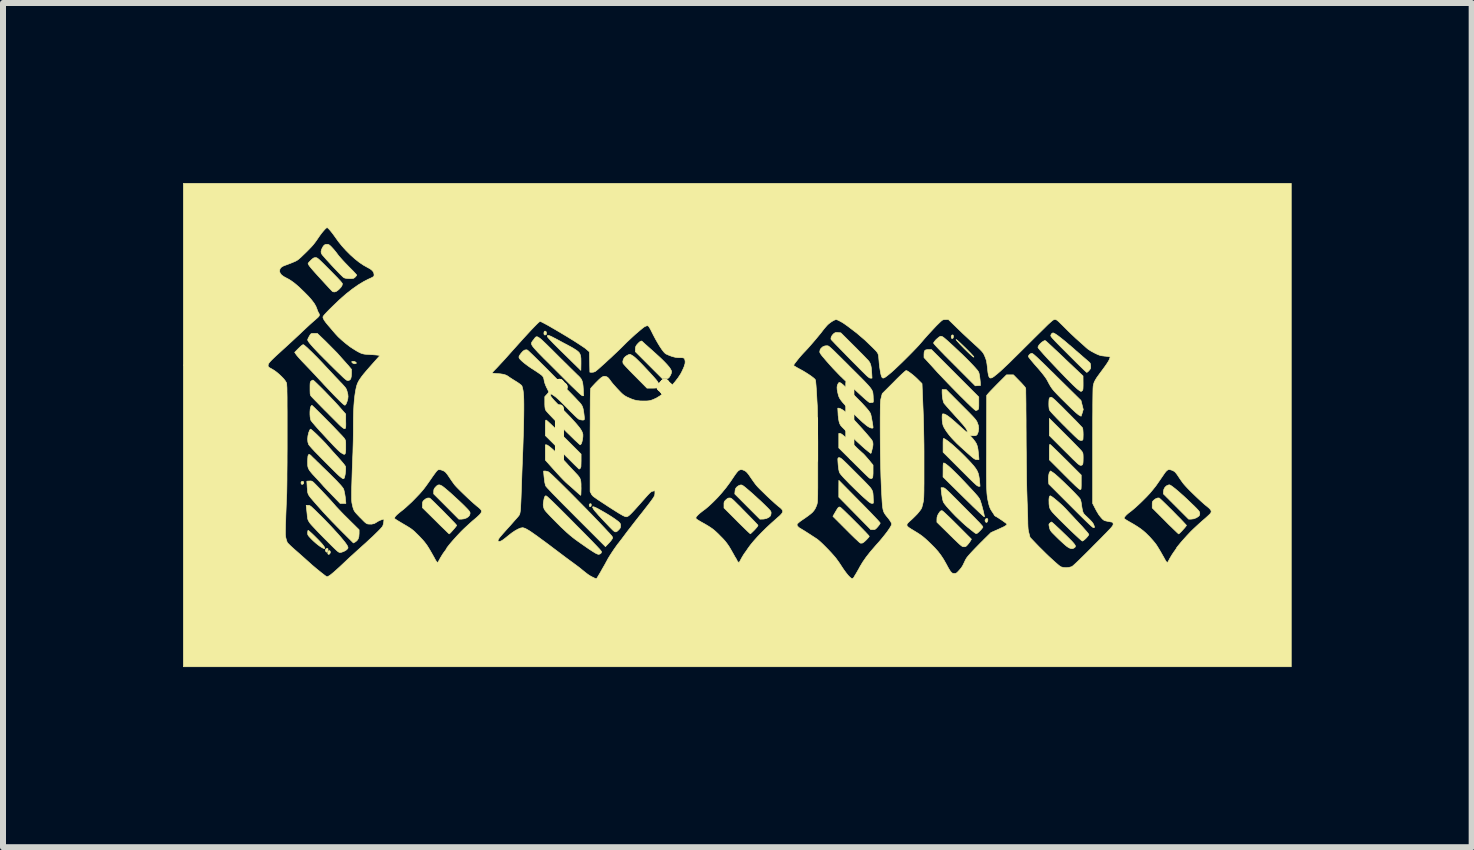
<source format=kicad_pcb>
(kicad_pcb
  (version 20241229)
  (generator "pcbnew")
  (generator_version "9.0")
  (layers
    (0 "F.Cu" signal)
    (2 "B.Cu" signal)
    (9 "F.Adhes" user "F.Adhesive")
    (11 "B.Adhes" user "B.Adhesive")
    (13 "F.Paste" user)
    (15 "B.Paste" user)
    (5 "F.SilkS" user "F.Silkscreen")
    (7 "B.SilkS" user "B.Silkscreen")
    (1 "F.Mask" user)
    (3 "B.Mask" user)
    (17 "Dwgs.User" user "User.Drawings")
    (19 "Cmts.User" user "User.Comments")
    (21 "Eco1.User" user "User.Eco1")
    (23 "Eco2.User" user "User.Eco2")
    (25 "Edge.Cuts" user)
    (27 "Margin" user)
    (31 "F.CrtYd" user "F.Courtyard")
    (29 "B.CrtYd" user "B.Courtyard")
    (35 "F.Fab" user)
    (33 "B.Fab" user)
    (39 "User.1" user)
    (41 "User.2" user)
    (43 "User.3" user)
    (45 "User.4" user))
  (footprint "initials"
    (layer "B.Cu")
    (at 9.236 4.029)
    (property "Reference" "initials" (at 0 0 0) (layer "F.SilkS") (effects (font (size 1.27 1.27) (thickness 0.15))))
    (attr through_hole)
    (fp_poly (pts (xy -7.231 0.945) (xy -7.224 0.96) (xy -7.227 0.977) (xy -7.238 0.989) (xy -7.252 0.993) (xy -7.264 0.987) (xy -7.268 0.981) (xy -7.27 0.959) (xy -7.261 0.945) (xy -7.247 0.941) (xy -7.231 0.945)) (stroke (width 0.01) (type solid)) (fill yes) (layer "F.SilkS"))
    (fp_poly (pts (xy -2.437 1.317) (xy -2.433 1.332) (xy -2.433 1.337) (xy -2.437 1.355) (xy -2.447 1.364) (xy -2.458 1.364) (xy -2.465 1.354) (xy -2.468 1.334) (xy -2.461 1.319) (xy -2.449 1.314) (xy -2.437 1.317)) (stroke (width 0.01) (type solid)) (fill yes) (layer "F.SilkS"))
    (fp_poly (pts (xy -6.788 2.101) (xy -6.783 2.111) (xy -6.782 2.13) (xy -6.789 2.146) (xy -6.801 2.157) (xy -6.813 2.159) (xy -6.822 2.151) (xy -6.824 2.138) (xy -6.822 2.119) (xy -6.814 2.102) (xy -6.801 2.095) (xy -6.788 2.101)) (stroke (width 0.01) (type solid)) (fill yes) (layer "F.SilkS"))
    (fp_poly (pts (xy 3.596 -1.495) (xy 3.602 -1.48) (xy 3.6 -1.457) (xy 3.592 -1.441) (xy 3.579 -1.437) (xy 3.569 -1.445) (xy 3.567 -1.448) (xy 3.564 -1.469) (xy 3.569 -1.487) (xy 3.58 -1.498) (xy 3.582 -1.499) (xy 3.596 -1.495)) (stroke (width 0.01) (type solid)) (fill yes) (layer "F.SilkS"))
    (fp_poly (pts (xy -6.83 2.059) (xy -6.821 2.066) (xy -6.82 2.081) (xy -6.821 2.089) (xy -6.829 2.114) (xy -6.838 2.123) (xy -6.85 2.118) (xy -6.853 2.115) (xy -6.865 2.097) (xy -6.862 2.079) (xy -6.855 2.068) (xy -6.84 2.058) (xy -6.83 2.059)) (stroke (width 0.01) (type solid)) (fill yes) (layer "F.SilkS"))
    (fp_poly (pts (xy -6.378 -1.055) (xy -6.361 -1.046) (xy -6.35 -1.036) (xy -6.349 -1.026) (xy -6.352 -1.023) (xy -6.375 -1.017) (xy -6.401 -1.024) (xy -6.413 -1.032) (xy -6.425 -1.046) (xy -6.424 -1.054) (xy -6.407 -1.058) (xy -6.398 -1.058) (xy -6.378 -1.055)) (stroke (width 0.01) (type solid)) (fill yes) (layer "F.SilkS"))
    (fp_poly (pts (xy 4.165 1.561) (xy 4.174 1.572) (xy 4.175 1.589) (xy 4.17 1.608) (xy 4.161 1.623) (xy 4.151 1.627) (xy 4.142 1.622) (xy 4.137 1.618) (xy 4.128 1.6) (xy 4.13 1.582) (xy 4.14 1.567) (xy 4.155 1.56) (xy 4.165 1.561)) (stroke (width 0.01) (type solid)) (fill yes) (layer "F.SilkS"))
    (fp_poly (pts (xy -3.195 -1.56) (xy -3.183 -1.548) (xy -3.179 -1.53) (xy -3.179 -1.526) (xy -3.182 -1.511) (xy -3.182 -1.507) (xy -3.19 -1.5) (xy -3.205 -1.497) (xy -3.213 -1.498) (xy -3.22 -1.508) (xy -3.223 -1.526) (xy -3.22 -1.545) (xy -3.213 -1.559) (xy -3.21 -1.561) (xy -3.195 -1.56)) (stroke (width 0.01) (type solid)) (fill yes) (layer "F.SilkS"))
    (fp_poly (pts (xy 2.036 1.274) (xy 2.105 1.343) (xy 2.168 1.408) (xy 2.224 1.465) (xy 2.272 1.516) (xy 2.313 1.559) (xy 2.345 1.593) (xy 2.367 1.618) (xy 2.379 1.633) (xy 2.381 1.638) (xy 2.376 1.65) (xy 2.363 1.67) (xy 2.344 1.694) (xy 2.34 1.699) (xy 2.318 1.723) (xy 2.302 1.737) (xy 2.289 1.744) (xy 2.272 1.746) (xy 2.261 1.746) (xy 2.224 1.746) (xy 1.691 1.205) (xy 1.691 1.065) (xy 1.692 0.925) (xy 2.036 1.274)) (stroke (width 0.01) (type solid)) (fill yes) (layer "F.SilkS"))
    (fp_poly (pts (xy 3.651 -1.42) (xy 3.668 -1.407) (xy 3.694 -1.384) (xy 3.728 -1.352) (xy 3.77 -1.312) (xy 3.803 -1.28) (xy 3.852 -1.231) (xy 3.89 -1.192) (xy 3.917 -1.163) (xy 3.935 -1.143) (xy 3.942 -1.131) (xy 3.941 -1.127) (xy 3.93 -1.133) (xy 3.908 -1.15) (xy 3.877 -1.178) (xy 3.837 -1.216) (xy 3.788 -1.264) (xy 3.783 -1.269) (xy 3.743 -1.31) (xy 3.707 -1.347) (xy 3.679 -1.378) (xy 3.658 -1.402) (xy 3.647 -1.417) (xy 3.645 -1.422) (xy 3.651 -1.42)) (stroke (width 0.01) (type solid)) (fill yes) (layer "F.SilkS"))
    (fp_poly (pts (xy -7.144 1.762) (xy -7.128 1.776) (xy -7.104 1.797) (xy -7.075 1.824) (xy -7.043 1.855) (xy -7.011 1.887) (xy -6.978 1.92) (xy -6.949 1.951) (xy -6.924 1.978) (xy -6.907 1.999) (xy -6.884 2.03) (xy -6.874 2.051) (xy -6.875 2.062) (xy -6.888 2.062) (xy -6.912 2.051) (xy -6.947 2.03) (xy -6.957 2.023) (xy -6.988 2) (xy -7.025 1.97) (xy -7.062 1.937) (xy -7.089 1.911) (xy -7.118 1.881) (xy -7.138 1.859) (xy -7.15 1.843) (xy -7.157 1.83) (xy -7.159 1.817) (xy -7.16 1.801) (xy -7.16 1.801) (xy -7.158 1.778) (xy -7.155 1.762) (xy -7.152 1.759) (xy -7.144 1.762)) (stroke (width 0.01) (type solid)) (fill yes) (layer "F.SilkS"))
    (fp_poly (pts (xy -4.945 1.006) (xy -4.915 1.022) (xy -4.879 1.05) (xy -4.855 1.07) (xy -4.778 1.136) (xy -4.704 1.204) (xy -4.634 1.268) (xy -4.571 1.328) (xy -4.524 1.375) (xy -4.494 1.406) (xy -4.474 1.428) (xy -4.462 1.445) (xy -4.455 1.458) (xy -4.453 1.471) (xy -4.453 1.476) (xy -4.46 1.505) (xy -4.481 1.531) (xy -4.513 1.552) (xy -4.552 1.566) (xy -4.598 1.572) (xy -4.603 1.572) (xy -4.64 1.572) (xy -4.849 1.362) (xy -5.059 1.152) (xy -5.059 1.113) (xy -5.057 1.084) (xy -5.048 1.061) (xy -5.037 1.047) (xy -5.013 1.021) (xy -4.991 1.005) (xy -4.969 1) (xy -4.945 1.006)) (stroke (width 0.01) (type solid)) (fill yes) (layer "F.SilkS"))
    (fp_poly (pts (xy 7.216 1.006) (xy 7.24 1.021) (xy 7.273 1.046) (xy 7.314 1.079) (xy 7.361 1.119) (xy 7.413 1.165) (xy 7.469 1.216) (xy 7.528 1.272) (xy 7.576 1.318) (xy 7.618 1.358) (xy 7.649 1.389) (xy 7.672 1.413) (xy 7.687 1.43) (xy 7.697 1.444) (xy 7.703 1.455) (xy 7.705 1.466) (xy 7.706 1.473) (xy 7.705 1.497) (xy 7.697 1.514) (xy 7.686 1.525) (xy 7.65 1.549) (xy 7.605 1.566) (xy 7.558 1.572) (xy 7.521 1.572) (xy 7.31 1.361) (xy 7.1 1.151) (xy 7.101 1.113) (xy 7.108 1.074) (xy 7.126 1.041) (xy 7.153 1.016) (xy 7.185 1.002) (xy 7.202 1) (xy 7.216 1.006)) (stroke (width 0.01) (type solid)) (fill yes) (layer "F.SilkS"))
    (fp_poly (pts (xy 0.077 1.004) (xy 0.092 1.012) (xy 0.113 1.027) (xy 0.138 1.047) (xy 0.196 1.096) (xy 0.261 1.153) (xy 0.331 1.217) (xy 0.403 1.283) (xy 0.466 1.344) (xy 0.502 1.379) (xy 0.527 1.405) (xy 0.545 1.424) (xy 0.555 1.438) (xy 0.561 1.45) (xy 0.563 1.461) (xy 0.563 1.472) (xy 0.558 1.502) (xy 0.548 1.522) (xy 0.521 1.544) (xy 0.484 1.561) (xy 0.442 1.57) (xy 0.42 1.571) (xy 0.377 1.572) (xy 0.167 1.362) (xy -0.042 1.152) (xy -0.038 1.107) (xy -0.034 1.078) (xy -0.026 1.058) (xy -0.011 1.039) (xy -0.007 1.035) (xy 0.023 1.013) (xy 0.049 1.003) (xy 0.064 1.002) (xy 0.077 1.004)) (stroke (width 0.01) (type solid)) (fill yes) (layer "F.SilkS"))
    (fp_poly (pts (xy 5.217 0.331) (xy 5.234 0.346) (xy 5.26 0.371) (xy 5.294 0.404) (xy 5.335 0.443) (xy 5.381 0.488) (xy 5.431 0.538) (xy 5.475 0.581) (xy 5.731 0.837) (xy 5.731 0.958) (xy 5.731 1.005) (xy 5.73 1.037) (xy 5.729 1.059) (xy 5.727 1.071) (xy 5.723 1.077) (xy 5.718 1.079) (xy 5.713 1.079) (xy 5.705 1.076) (xy 5.689 1.064) (xy 5.666 1.044) (xy 5.635 1.016) (xy 5.595 0.977) (xy 5.545 0.929) (xy 5.486 0.87) (xy 5.447 0.831) (xy 5.199 0.583) (xy 5.199 0.454) (xy 5.199 0.404) (xy 5.2 0.367) (xy 5.202 0.343) (xy 5.205 0.33) (xy 5.209 0.325) (xy 5.209 0.325) (xy 5.217 0.331)) (stroke (width 0.01) (type solid)) (fill yes) (layer "F.SilkS"))
    (fp_poly (pts (xy 5.458 0.151) (xy 5.512 0.205) (xy 5.563 0.256) (xy 5.61 0.304) (xy 5.651 0.346) (xy 5.687 0.383) (xy 5.714 0.411) (xy 5.732 0.431) (xy 5.74 0.44) (xy 5.749 0.454) (xy 5.756 0.467) (xy 5.76 0.482) (xy 5.762 0.503) (xy 5.763 0.534) (xy 5.763 0.563) (xy 5.762 0.607) (xy 5.76 0.638) (xy 5.755 0.658) (xy 5.747 0.669) (xy 5.735 0.674) (xy 5.719 0.675) (xy 5.712 0.674) (xy 5.704 0.67) (xy 5.692 0.662) (xy 5.676 0.65) (xy 5.656 0.632) (xy 5.63 0.607) (xy 5.596 0.575) (xy 5.555 0.534) (xy 5.504 0.483) (xy 5.447 0.427) (xy 5.199 0.179) (xy 5.199 -0.107) (xy 5.458 0.151)) (stroke (width 0.01) (type solid)) (fill yes) (layer "F.SilkS"))
    (fp_poly (pts (xy -3.145 -1.49) (xy -3.124 -1.483) (xy -3.093 -1.469) (xy -3.051 -1.447) (xy -3.014 -1.428) (xy -2.966 -1.402) (xy -2.916 -1.375) (xy -2.869 -1.35) (xy -2.829 -1.329) (xy -2.814 -1.321) (xy -2.775 -1.3) (xy -2.735 -1.277) (xy -2.7 -1.255) (xy -2.684 -1.245) (xy -2.656 -1.224) (xy -2.635 -1.203) (xy -2.621 -1.178) (xy -2.611 -1.148) (xy -2.606 -1.109) (xy -2.605 -1.058) (xy -2.605 -1.015) (xy -2.607 -0.907) (xy -2.887 -1.182) (xy -2.957 -1.25) (xy -3.015 -1.308) (xy -3.063 -1.356) (xy -3.101 -1.396) (xy -3.13 -1.426) (xy -3.15 -1.449) (xy -3.162 -1.465) (xy -3.167 -1.474) (xy -3.167 -1.474) (xy -3.165 -1.485) (xy -3.158 -1.49) (xy -3.145 -1.49)) (stroke (width 0.01) (type solid)) (fill yes) (layer "F.SilkS"))
    (fp_poly (pts (xy -1.587 -1.393) (xy -1.584 -1.389) (xy -1.577 -1.382) (xy -1.559 -1.366) (xy -1.533 -1.342) (xy -1.5 -1.313) (xy -1.462 -1.279) (xy -1.426 -1.247) (xy -1.344 -1.173) (xy -1.273 -1.108) (xy -1.215 -1.051) (xy -1.169 -1.002) (xy -1.134 -0.961) (xy -1.111 -0.927) (xy -1.098 -0.9) (xy -1.095 -0.884) (xy -1.1 -0.858) (xy -1.113 -0.827) (xy -1.131 -0.797) (xy -1.135 -0.792) (xy -1.146 -0.78) (xy -1.159 -0.773) (xy -1.179 -0.77) (xy -1.201 -0.77) (xy -1.25 -0.77) (xy -1.699 -1.219) (xy -1.699 -1.257) (xy -1.697 -1.286) (xy -1.69 -1.31) (xy -1.675 -1.333) (xy -1.651 -1.36) (xy -1.648 -1.363) (xy -1.622 -1.386) (xy -1.601 -1.397) (xy -1.587 -1.393)) (stroke (width 0.01) (type solid)) (fill yes) (layer "F.SilkS"))
    (fp_poly (pts (xy 4.024 -0.464) (xy 4.024 -0.364) (xy 4.024 -0.322) (xy 4.023 -0.293) (xy 4.021 -0.274) (xy 4.018 -0.263) (xy 4.013 -0.255) (xy 4.007 -0.25) (xy 3.988 -0.241) (xy 3.974 -0.238) (xy 3.965 -0.244) (xy 3.945 -0.26) (xy 3.916 -0.286) (xy 3.878 -0.322) (xy 3.832 -0.366) (xy 3.779 -0.419) (xy 3.719 -0.478) (xy 3.707 -0.49) (xy 3.646 -0.552) (xy 3.582 -0.617) (xy 3.516 -0.685) (xy 3.451 -0.753) (xy 3.39 -0.817) (xy 3.335 -0.875) (xy 3.289 -0.926) (xy 3.284 -0.932) (xy 3.111 -1.121) (xy 3.111 -1.175) (xy 3.114 -1.211) (xy 3.122 -1.235) (xy 3.139 -1.248) (xy 3.167 -1.253) (xy 3.191 -1.254) (xy 3.235 -1.254) (xy 4.024 -0.464)) (stroke (width 0.01) (type solid)) (fill yes) (layer "F.SilkS"))
    (fp_poly (pts (xy -3.177 -0.074) (xy -3.158 -0.058) (xy -3.131 -0.033) (xy -3.096 -0.000076) (xy -3.054 0.04) (xy -3.006 0.087) (xy -2.954 0.138) (xy -2.898 0.194) (xy -2.887 0.204) (xy -2.603 0.488) (xy -2.603 0.6) (xy -2.604 0.645) (xy -2.605 0.677) (xy -2.606 0.699) (xy -2.61 0.712) (xy -2.614 0.721) (xy -2.618 0.725) (xy -2.63 0.735) (xy -2.636 0.738) (xy -2.642 0.733) (xy -2.658 0.717) (xy -2.684 0.692) (xy -2.717 0.66) (xy -2.757 0.62) (xy -2.803 0.574) (xy -2.854 0.524) (xy -2.908 0.469) (xy -2.919 0.458) (xy -3.199 0.179) (xy -3.199 0.05) (xy -3.199 0.001) (xy -3.198 -0.033) (xy -3.197 -0.056) (xy -3.195 -0.07) (xy -3.192 -0.077) (xy -3.187 -0.079) (xy -3.185 -0.079) (xy -3.177 -0.074)) (stroke (width 0.01) (type solid)) (fill yes) (layer "F.SilkS"))
    (fp_poly (pts (xy 3.415 1.432) (xy 3.424 1.438) (xy 3.444 1.455) (xy 3.471 1.48) (xy 3.506 1.513) (xy 3.548 1.553) (xy 3.594 1.598) (xy 3.643 1.647) (xy 3.667 1.671) (xy 3.901 1.905) (xy 3.887 1.931) (xy 3.874 1.951) (xy 3.855 1.977) (xy 3.841 1.994) (xy 3.822 2.015) (xy 3.807 2.027) (xy 3.792 2.031) (xy 3.776 2.032) (xy 3.767 2.031) (xy 3.758 2.03) (xy 3.749 2.026) (xy 3.737 2.018) (xy 3.722 2.006) (xy 3.702 1.989) (xy 3.676 1.965) (xy 3.643 1.933) (xy 3.601 1.893) (xy 3.55 1.843) (xy 3.534 1.827) (xy 3.326 1.623) (xy 3.326 1.576) (xy 3.328 1.541) (xy 3.337 1.512) (xy 3.349 1.488) (xy 3.369 1.457) (xy 3.385 1.438) (xy 3.4 1.431) (xy 3.415 1.432)) (stroke (width 0.01) (type solid)) (fill yes) (layer "F.SilkS"))
    (fp_poly (pts (xy 1.725 0.147) (xy 1.747 0.161) (xy 1.777 0.185) (xy 1.816 0.218) (xy 1.865 0.262) (xy 1.923 0.317) (xy 1.957 0.349) (xy 1.991 0.383) (xy 2.025 0.415) (xy 2.055 0.442) (xy 2.078 0.463) (xy 2.086 0.47) (xy 2.105 0.487) (xy 2.13 0.514) (xy 2.158 0.546) (xy 2.187 0.58) (xy 2.192 0.585) (xy 2.262 0.671) (xy 2.262 0.768) (xy 2.262 0.808) (xy 2.26 0.842) (xy 2.257 0.868) (xy 2.254 0.882) (xy 2.254 0.882) (xy 2.239 0.895) (xy 2.218 0.894) (xy 2.203 0.888) (xy 2.194 0.881) (xy 2.175 0.863) (xy 2.147 0.837) (xy 2.112 0.803) (xy 2.071 0.763) (xy 2.025 0.717) (xy 1.974 0.667) (xy 1.939 0.632) (xy 1.691 0.385) (xy 1.691 0.143) (xy 1.71 0.143) (xy 1.725 0.147)) (stroke (width 0.01) (type solid)) (fill yes) (layer "F.SilkS"))
    (fp_poly (pts (xy 3.442 0.228) (xy 3.443 0.228) (xy 3.467 0.241) (xy 3.501 0.264) (xy 3.542 0.296) (xy 3.589 0.335) (xy 3.64 0.381) (xy 3.695 0.431) (xy 3.751 0.485) (xy 3.807 0.541) (xy 3.862 0.598) (xy 3.898 0.637) (xy 3.941 0.686) (xy 3.973 0.728) (xy 3.997 0.767) (xy 4.014 0.807) (xy 4.025 0.85) (xy 4.033 0.9) (xy 4.036 0.927) (xy 4.045 1.024) (xy 4.021 1.024) (xy 4.014 1.023) (xy 4.006 1.019) (xy 3.994 1.012) (xy 3.979 1) (xy 3.96 0.982) (xy 3.934 0.959) (xy 3.902 0.928) (xy 3.862 0.889) (xy 3.814 0.841) (xy 3.756 0.783) (xy 3.713 0.74) (xy 3.429 0.456) (xy 3.429 0.34) (xy 3.429 0.294) (xy 3.43 0.263) (xy 3.431 0.242) (xy 3.433 0.231) (xy 3.437 0.227) (xy 3.442 0.228)) (stroke (width 0.01) (type solid)) (fill yes) (layer "F.SilkS"))
    (fp_poly (pts (xy -6.861 -1.392) (xy -6.671 -1.2) (xy -6.492 -0.999) (xy -6.486 -0.993) (xy -6.429 -0.925) (xy -6.429 -0.858) (xy -6.432 -0.809) (xy -6.439 -0.774) (xy -6.453 -0.751) (xy -6.473 -0.74) (xy -6.489 -0.738) (xy -6.496 -0.739) (xy -6.504 -0.741) (xy -6.513 -0.746) (xy -6.525 -0.755) (xy -6.541 -0.768) (xy -6.562 -0.786) (xy -6.588 -0.811) (xy -6.621 -0.843) (xy -6.662 -0.882) (xy -6.712 -0.931) (xy -6.772 -0.99) (xy -6.8 -1.018) (xy -6.881 -1.099) (xy -6.952 -1.17) (xy -7.011 -1.232) (xy -7.06 -1.284) (xy -7.098 -1.327) (xy -7.127 -1.361) (xy -7.147 -1.388) (xy -7.157 -1.407) (xy -7.16 -1.416) (xy -7.156 -1.43) (xy -7.145 -1.453) (xy -7.131 -1.479) (xy -7.117 -1.502) (xy -7.107 -1.514) (xy -7.096 -1.521) (xy -7.079 -1.523) (xy -7.051 -1.524) (xy -6.999 -1.524) (xy -6.861 -1.392)) (stroke (width 0.01) (type solid)) (fill yes) (layer "F.SilkS"))
    (fp_poly (pts (xy -2.384 1.369) (xy -2.356 1.381) (xy -2.32 1.399) (xy -2.277 1.423) (xy -2.23 1.45) (xy -2.18 1.479) (xy -2.131 1.509) (xy -2.084 1.539) (xy -2.041 1.568) (xy -2.005 1.594) (xy -1.978 1.615) (xy -1.959 1.634) (xy -1.949 1.649) (xy -1.945 1.666) (xy -1.945 1.681) (xy -1.946 1.704) (xy -1.952 1.721) (xy -1.966 1.739) (xy -1.978 1.752) (xy -2.002 1.774) (xy -2.021 1.784) (xy -2.038 1.782) (xy -2.058 1.77) (xy -2.058 1.77) (xy -2.074 1.756) (xy -2.097 1.733) (xy -2.128 1.702) (xy -2.163 1.665) (xy -2.201 1.625) (xy -2.24 1.584) (xy -2.278 1.543) (xy -2.314 1.504) (xy -2.344 1.469) (xy -2.369 1.441) (xy -2.385 1.421) (xy -2.39 1.415) (xy -2.405 1.389) (xy -2.412 1.374) (xy -2.41 1.367) (xy -2.401 1.365) (xy -2.4 1.365) (xy -2.384 1.369)) (stroke (width 0.01) (type solid)) (fill yes) (layer "F.SilkS"))
    (fp_poly (pts (xy 1.716 1.373) (xy 1.726 1.381) (xy 1.746 1.399) (xy 1.774 1.425) (xy 1.808 1.458) (xy 1.847 1.496) (xy 1.89 1.538) (xy 1.934 1.582) (xy 1.98 1.628) (xy 2.025 1.673) (xy 2.067 1.716) (xy 2.106 1.756) (xy 2.14 1.791) (xy 2.167 1.82) (xy 2.187 1.842) (xy 2.197 1.855) (xy 2.199 1.857) (xy 2.193 1.869) (xy 2.178 1.887) (xy 2.158 1.909) (xy 2.135 1.932) (xy 2.112 1.952) (xy 2.093 1.966) (xy 2.084 1.97) (xy 2.062 1.972) (xy 2.051 1.971) (xy 2.042 1.965) (xy 2.023 1.949) (xy 1.996 1.923) (xy 1.961 1.891) (xy 1.921 1.852) (xy 1.876 1.808) (xy 1.827 1.759) (xy 1.814 1.746) (xy 1.593 1.525) (xy 1.631 1.459) (xy 1.654 1.42) (xy 1.671 1.393) (xy 1.684 1.377) (xy 1.696 1.37) (xy 1.706 1.37) (xy 1.716 1.373)) (stroke (width 0.01) (type solid)) (fill yes) (layer "F.SilkS"))
    (fp_poly (pts (xy -5.127 1.221) (xy -5.126 1.221) (xy -5.117 1.228) (xy -5.099 1.245) (xy -5.072 1.27) (xy -5.039 1.302) (xy -5.001 1.34) (xy -4.96 1.381) (xy -4.916 1.424) (xy -4.872 1.469) (xy -4.83 1.512) (xy -4.789 1.554) (xy -4.753 1.592) (xy -4.721 1.624) (xy -4.697 1.65) (xy -4.682 1.668) (xy -4.676 1.675) (xy -4.68 1.683) (xy -4.693 1.7) (xy -4.711 1.723) (xy -4.733 1.748) (xy -4.755 1.773) (xy -4.775 1.795) (xy -4.791 1.811) (xy -4.8 1.817) (xy -4.801 1.817) (xy -4.808 1.812) (xy -4.824 1.797) (xy -4.85 1.772) (xy -4.882 1.74) (xy -4.922 1.702) (xy -4.966 1.659) (xy -5.014 1.611) (xy -5.026 1.599) (xy -5.247 1.381) (xy -5.247 1.331) (xy -5.246 1.302) (xy -5.242 1.284) (xy -5.234 1.27) (xy -5.221 1.256) (xy -5.188 1.231) (xy -5.156 1.219) (xy -5.127 1.221)) (stroke (width 0.01) (type solid)) (fill yes) (layer "F.SilkS"))
    (fp_poly (pts (xy 3.401 -1.475) (xy 3.414 -1.471) (xy 3.429 -1.462) (xy 3.449 -1.447) (xy 3.475 -1.425) (xy 3.51 -1.394) (xy 3.532 -1.374) (xy 3.614 -1.299) (xy 3.691 -1.226) (xy 3.763 -1.158) (xy 3.827 -1.095) (xy 3.884 -1.037) (xy 3.933 -0.986) (xy 3.972 -0.943) (xy 4.002 -0.908) (xy 4.02 -0.882) (xy 4.022 -0.877) (xy 4.028 -0.86) (xy 4.034 -0.831) (xy 4.04 -0.794) (xy 4.045 -0.754) (xy 4.049 -0.714) (xy 4.05 -0.699) (xy 4.052 -0.655) (xy 4.008 -0.653) (xy 3.965 -0.65) (xy 3.618 -0.998) (xy 3.536 -1.08) (xy 3.464 -1.152) (xy 3.404 -1.214) (xy 3.355 -1.265) (xy 3.317 -1.305) (xy 3.29 -1.335) (xy 3.275 -1.354) (xy 3.27 -1.362) (xy 3.276 -1.376) (xy 3.292 -1.397) (xy 3.313 -1.421) (xy 3.338 -1.443) (xy 3.361 -1.462) (xy 3.381 -1.474) (xy 3.39 -1.476) (xy 3.401 -1.475)) (stroke (width 0.01) (type solid)) (fill yes) (layer "F.SilkS"))
    (fp_poly (pts (xy 7.029 1.219) (xy 7.038 1.226) (xy 7.056 1.242) (xy 7.082 1.266) (xy 7.115 1.298) (xy 7.153 1.335) (xy 7.194 1.376) (xy 7.238 1.419) (xy 7.282 1.464) (xy 7.325 1.508) (xy 7.366 1.549) (xy 7.404 1.588) (xy 7.435 1.621) (xy 7.46 1.648) (xy 7.477 1.666) (xy 7.484 1.676) (xy 7.48 1.684) (xy 7.467 1.701) (xy 7.449 1.723) (xy 7.426 1.748) (xy 7.404 1.773) (xy 7.382 1.795) (xy 7.365 1.811) (xy 7.355 1.818) (xy 7.355 1.818) (xy 7.347 1.812) (xy 7.33 1.797) (xy 7.304 1.772) (xy 7.271 1.74) (xy 7.232 1.702) (xy 7.187 1.659) (xy 7.14 1.611) (xy 7.13 1.601) (xy 6.914 1.385) (xy 6.914 1.333) (xy 6.914 1.304) (xy 6.917 1.285) (xy 6.925 1.271) (xy 6.939 1.257) (xy 6.939 1.256) (xy 6.973 1.231) (xy 7.005 1.219) (xy 7.029 1.219)) (stroke (width 0.01) (type solid)) (fill yes) (layer "F.SilkS"))
    (fp_poly (pts (xy -1.777 -1.17) (xy -1.756 -1.159) (xy -1.73 -1.142) (xy -1.725 -1.138) (xy -1.706 -1.123) (xy -1.679 -1.098) (xy -1.646 -1.066) (xy -1.608 -1.028) (xy -1.567 -0.986) (xy -1.525 -0.941) (xy -1.482 -0.895) (xy -1.441 -0.851) (xy -1.404 -0.81) (xy -1.371 -0.773) (xy -1.345 -0.742) (xy -1.328 -0.719) (xy -1.32 -0.707) (xy -1.313 -0.673) (xy -1.32 -0.642) (xy -1.331 -0.625) (xy -1.34 -0.619) (xy -1.353 -0.614) (xy -1.375 -0.612) (xy -1.409 -0.611) (xy -1.424 -0.611) (xy -1.505 -0.611) (xy -1.7 -0.808) (xy -1.746 -0.854) (xy -1.789 -0.898) (xy -1.827 -0.938) (xy -1.859 -0.972) (xy -1.883 -0.999) (xy -1.899 -1.018) (xy -1.904 -1.025) (xy -1.908 -1.054) (xy -1.9 -1.088) (xy -1.883 -1.12) (xy -1.88 -1.122) (xy -1.862 -1.14) (xy -1.836 -1.157) (xy -1.81 -1.17) (xy -1.789 -1.175) (xy -1.789 -1.175) (xy -1.777 -1.17)) (stroke (width 0.01) (type solid)) (fill yes) (layer "F.SilkS"))
    (fp_poly (pts (xy 5.245 1.625) (xy 5.263 1.64) (xy 5.29 1.664) (xy 5.323 1.695) (xy 5.363 1.732) (xy 5.407 1.774) (xy 5.442 1.808) (xy 5.497 1.861) (xy 5.541 1.905) (xy 5.576 1.94) (xy 5.601 1.968) (xy 5.619 1.99) (xy 5.63 2.007) (xy 5.634 2.019) (xy 5.633 2.03) (xy 5.628 2.039) (xy 5.619 2.047) (xy 5.618 2.048) (xy 5.592 2.062) (xy 5.562 2.063) (xy 5.527 2.05) (xy 5.492 2.027) (xy 5.47 2.009) (xy 5.44 1.983) (xy 5.404 1.95) (xy 5.365 1.914) (xy 5.328 1.878) (xy 5.29 1.84) (xy 5.261 1.811) (xy 5.24 1.789) (xy 5.226 1.771) (xy 5.216 1.757) (xy 5.21 1.742) (xy 5.205 1.727) (xy 5.202 1.712) (xy 5.195 1.684) (xy 5.193 1.666) (xy 5.194 1.655) (xy 5.201 1.645) (xy 5.207 1.639) (xy 5.223 1.625) (xy 5.236 1.619) (xy 5.237 1.619) (xy 5.245 1.625)) (stroke (width 0.01) (type solid)) (fill yes) (layer "F.SilkS"))
    (fp_poly (pts (xy 3.458 0.641) (xy 3.485 0.66) (xy 3.523 0.69) (xy 3.57 0.733) (xy 3.626 0.787) (xy 3.692 0.853) (xy 3.767 0.931) (xy 3.806 0.972) (xy 3.862 1.032) (xy 3.908 1.081) (xy 3.945 1.121) (xy 3.974 1.154) (xy 3.997 1.18) (xy 4.014 1.201) (xy 4.027 1.219) (xy 4.036 1.233) (xy 4.042 1.246) (xy 4.047 1.257) (xy 4.056 1.284) (xy 4.067 1.32) (xy 4.079 1.361) (xy 4.09 1.403) (xy 4.101 1.444) (xy 4.109 1.481) (xy 4.115 1.511) (xy 4.118 1.529) (xy 4.118 1.533) (xy 4.112 1.531) (xy 4.096 1.518) (xy 4.07 1.495) (xy 4.032 1.46) (xy 3.985 1.415) (xy 3.926 1.359) (xy 3.857 1.291) (xy 3.776 1.212) (xy 3.772 1.208) (xy 3.428 0.869) (xy 3.429 0.752) (xy 3.429 0.705) (xy 3.43 0.672) (xy 3.432 0.65) (xy 3.435 0.639) (xy 3.439 0.635) (xy 3.44 0.635) (xy 3.458 0.641)) (stroke (width 0.01) (type solid)) (fill yes) (layer "F.SilkS"))
    (fp_poly (pts (xy -3.164 0.339) (xy -3.139 0.356) (xy -3.106 0.382) (xy -3.066 0.417) (xy -3.021 0.458) (xy -2.972 0.507) (xy -2.92 0.56) (xy -2.867 0.616) (xy -2.853 0.631) (xy -2.817 0.671) (xy -2.779 0.712) (xy -2.742 0.751) (xy -2.711 0.784) (xy -2.698 0.798) (xy -2.665 0.833) (xy -2.641 0.862) (xy -2.624 0.888) (xy -2.613 0.915) (xy -2.607 0.947) (xy -2.604 0.986) (xy -2.604 1.037) (xy -2.603 1.051) (xy -2.604 1.094) (xy -2.605 1.13) (xy -2.606 1.157) (xy -2.608 1.172) (xy -2.609 1.175) (xy -2.617 1.17) (xy -2.634 1.156) (xy -2.658 1.135) (xy -2.687 1.109) (xy -2.695 1.102) (xy -2.729 1.071) (xy -2.765 1.039) (xy -2.797 1.011) (xy -2.822 0.99) (xy -2.854 0.961) (xy -2.896 0.92) (xy -2.946 0.868) (xy -3.004 0.805) (xy -3.069 0.733) (xy -3.113 0.684) (xy -3.199 0.587) (xy -3.199 0.333) (xy -3.18 0.333) (xy -3.164 0.339)) (stroke (width 0.01) (type solid)) (fill yes) (layer "F.SilkS"))
    (fp_poly (pts (xy -0.12 1.219) (xy -0.112 1.221) (xy -0.102 1.225) (xy -0.091 1.233) (xy -0.075 1.246) (xy -0.055 1.264) (xy -0.03 1.289) (xy 0.003 1.322) (xy 0.045 1.363) (xy 0.095 1.415) (xy 0.12 1.44) (xy 0.168 1.489) (xy 0.213 1.535) (xy 0.254 1.577) (xy 0.288 1.612) (xy 0.315 1.641) (xy 0.334 1.661) (xy 0.343 1.671) (xy 0.344 1.672) (xy 0.343 1.682) (xy 0.333 1.698) (xy 0.313 1.722) (xy 0.289 1.749) (xy 0.263 1.775) (xy 0.241 1.796) (xy 0.225 1.811) (xy 0.219 1.816) (xy 0.211 1.811) (xy 0.194 1.796) (xy 0.168 1.772) (xy 0.135 1.74) (xy 0.096 1.702) (xy 0.052 1.659) (xy 0.004 1.612) (xy -0.006 1.601) (xy -0.222 1.385) (xy -0.222 1.333) (xy -0.222 1.304) (xy -0.218 1.286) (xy -0.21 1.271) (xy -0.195 1.255) (xy -0.19 1.25) (xy -0.168 1.231) (xy -0.15 1.221) (xy -0.128 1.219) (xy -0.128 1.219) (xy -0.12 1.219)) (stroke (width 0.01) (type solid)) (fill yes) (layer "F.SilkS"))
    (fp_poly (pts (xy 1.681 -1.537) (xy 1.725 -1.533) (xy 1.943 -1.316) (xy 1.993 -1.266) (xy 2.04 -1.218) (xy 2.084 -1.174) (xy 2.122 -1.135) (xy 2.153 -1.102) (xy 2.177 -1.078) (xy 2.19 -1.063) (xy 2.191 -1.062) (xy 2.206 -1.04) (xy 2.218 -1.014) (xy 2.227 -0.983) (xy 2.234 -0.944) (xy 2.238 -0.893) (xy 2.241 -0.847) (xy 2.245 -0.778) (xy 2.218 -0.778) (xy 2.212 -0.779) (xy 2.204 -0.781) (xy 2.195 -0.787) (xy 2.183 -0.796) (xy 2.166 -0.81) (xy 2.145 -0.829) (xy 2.119 -0.855) (xy 2.085 -0.888) (xy 2.044 -0.929) (xy 1.995 -0.979) (xy 1.936 -1.038) (xy 1.88 -1.095) (xy 1.822 -1.154) (xy 1.768 -1.21) (xy 1.717 -1.262) (xy 1.672 -1.308) (xy 1.633 -1.348) (xy 1.602 -1.381) (xy 1.579 -1.405) (xy 1.566 -1.419) (xy 1.563 -1.423) (xy 1.56 -1.442) (xy 1.567 -1.467) (xy 1.582 -1.493) (xy 1.603 -1.516) (xy 1.605 -1.518) (xy 1.625 -1.532) (xy 1.641 -1.538) (xy 1.661 -1.539) (xy 1.681 -1.537)) (stroke (width 0.01) (type solid)) (fill yes) (layer "F.SilkS"))
    (fp_poly (pts (xy 5.141 -1.397) (xy 5.147 -1.393) (xy 5.156 -1.384) (xy 5.176 -1.366) (xy 5.205 -1.339) (xy 5.242 -1.305) (xy 5.286 -1.263) (xy 5.336 -1.217) (xy 5.39 -1.166) (xy 5.447 -1.112) (xy 5.464 -1.095) (xy 5.761 -0.814) (xy 5.762 -0.698) (xy 5.762 -0.652) (xy 5.761 -0.619) (xy 5.76 -0.597) (xy 5.757 -0.583) (xy 5.753 -0.574) (xy 5.748 -0.569) (xy 5.737 -0.56) (xy 5.727 -0.557) (xy 5.714 -0.562) (xy 5.695 -0.575) (xy 5.675 -0.59) (xy 5.655 -0.607) (xy 5.626 -0.634) (xy 5.59 -0.668) (xy 5.548 -0.71) (xy 5.502 -0.756) (xy 5.452 -0.807) (xy 5.4 -0.861) (xy 5.346 -0.917) (xy 5.293 -0.973) (xy 5.241 -1.028) (xy 5.191 -1.081) (xy 5.145 -1.131) (xy 5.104 -1.176) (xy 5.069 -1.216) (xy 5.041 -1.248) (xy 5.021 -1.273) (xy 5.011 -1.287) (xy 5.01 -1.29) (xy 5.014 -1.308) (xy 5.029 -1.331) (xy 5.05 -1.355) (xy 5.075 -1.377) (xy 5.099 -1.393) (xy 5.118 -1.403) (xy 5.129 -1.404) (xy 5.141 -1.397)) (stroke (width 0.01) (type solid)) (fill yes) (layer "F.SilkS"))
    (fp_poly (pts (xy 5.279 -1.526) (xy 5.307 -1.51) (xy 5.346 -1.483) (xy 5.395 -1.445) (xy 5.454 -1.398) (xy 5.522 -1.34) (xy 5.6 -1.274) (xy 5.632 -1.245) (xy 5.677 -1.206) (xy 5.721 -1.168) (xy 5.761 -1.133) (xy 5.796 -1.103) (xy 5.823 -1.08) (xy 5.834 -1.07) (xy 5.859 -1.049) (xy 5.875 -1.033) (xy 5.883 -1.02) (xy 5.886 -1.004) (xy 5.888 -0.982) (xy 5.889 -0.955) (xy 5.885 -0.937) (xy 5.875 -0.921) (xy 5.861 -0.905) (xy 5.844 -0.887) (xy 5.829 -0.876) (xy 5.823 -0.873) (xy 5.816 -0.879) (xy 5.799 -0.894) (xy 5.772 -0.919) (xy 5.738 -0.952) (xy 5.697 -0.992) (xy 5.65 -1.038) (xy 5.598 -1.09) (xy 5.543 -1.145) (xy 5.519 -1.169) (xy 5.451 -1.237) (xy 5.394 -1.294) (xy 5.346 -1.343) (xy 5.308 -1.382) (xy 5.278 -1.414) (xy 5.255 -1.439) (xy 5.239 -1.458) (xy 5.229 -1.472) (xy 5.224 -1.481) (xy 5.223 -1.485) (xy 5.229 -1.506) (xy 5.242 -1.523) (xy 5.259 -1.532) (xy 5.262 -1.532) (xy 5.279 -1.526)) (stroke (width 0.01) (type solid)) (fill yes) (layer "F.SilkS"))
    (fp_poly (pts (xy -7.063 -0.741) (xy -7.044 -0.725) (xy -7.018 -0.7) (xy -6.985 -0.668) (xy -6.946 -0.63) (xy -6.904 -0.588) (xy -6.859 -0.542) (xy -6.813 -0.494) (xy -6.767 -0.446) (xy -6.722 -0.399) (xy -6.681 -0.355) (xy -6.644 -0.314) (xy -6.63 -0.298) (xy -6.525 -0.179) (xy -6.525 -0.063) (xy -6.524 -0.025) (xy -6.524 0.007) (xy -6.525 0.033) (xy -6.528 0.051) (xy -6.534 0.062) (xy -6.544 0.065) (xy -6.558 0.06) (xy -6.578 0.046) (xy -6.605 0.024) (xy -6.639 -0.008) (xy -6.681 -0.05) (xy -6.733 -0.102) (xy -6.795 -0.164) (xy -6.819 -0.189) (xy -6.874 -0.243) (xy -6.925 -0.295) (xy -6.972 -0.343) (xy -7.014 -0.386) (xy -7.049 -0.422) (xy -7.076 -0.45) (xy -7.095 -0.47) (xy -7.103 -0.479) (xy -7.11 -0.49) (xy -7.115 -0.502) (xy -7.118 -0.519) (xy -7.119 -0.544) (xy -7.12 -0.58) (xy -7.12 -0.607) (xy -7.12 -0.65) (xy -7.119 -0.68) (xy -7.117 -0.7) (xy -7.114 -0.713) (xy -7.109 -0.722) (xy -7.102 -0.729) (xy -7.085 -0.741) (xy -7.072 -0.746) (xy -7.063 -0.741)) (stroke (width 0.01) (type solid)) (fill yes) (layer "F.SilkS"))
    (fp_poly (pts (xy -7.02 -2.786) (xy -7.012 -2.784) (xy -7.002 -2.78) (xy -6.991 -2.773) (xy -6.976 -2.761) (xy -6.956 -2.743) (xy -6.931 -2.719) (xy -6.898 -2.687) (xy -6.857 -2.646) (xy -6.807 -2.596) (xy -6.788 -2.577) (xy -6.729 -2.517) (xy -6.68 -2.467) (xy -6.642 -2.427) (xy -6.613 -2.396) (xy -6.594 -2.373) (xy -6.583 -2.358) (xy -6.58 -2.351) (xy -6.586 -2.323) (xy -6.604 -2.293) (xy -6.636 -2.259) (xy -6.643 -2.252) (xy -6.677 -2.226) (xy -6.709 -2.214) (xy -6.736 -2.217) (xy -6.748 -2.224) (xy -6.757 -2.233) (xy -6.774 -2.251) (xy -6.8 -2.278) (xy -6.832 -2.313) (xy -6.869 -2.353) (xy -6.911 -2.399) (xy -6.944 -2.435) (xy -6.999 -2.495) (xy -7.044 -2.545) (xy -7.08 -2.586) (xy -7.107 -2.618) (xy -7.127 -2.643) (xy -7.141 -2.663) (xy -7.148 -2.677) (xy -7.152 -2.687) (xy -7.152 -2.69) (xy -7.146 -2.699) (xy -7.132 -2.715) (xy -7.112 -2.736) (xy -7.106 -2.742) (xy -7.082 -2.764) (xy -7.064 -2.778) (xy -7.048 -2.784) (xy -7.031 -2.786) (xy -7.028 -2.786) (xy -7.02 -2.786)) (stroke (width 0.01) (type solid)) (fill yes) (layer "F.SilkS"))
    (fp_poly (pts (xy -3.199 0.77) (xy -3.172 0.775) (xy -3.146 0.784) (xy -3.133 0.794) (xy -3.11 0.814) (xy -3.077 0.844) (xy -3.037 0.883) (xy -2.989 0.929) (xy -2.936 0.981) (xy -2.877 1.039) (xy -2.814 1.102) (xy -2.747 1.169) (xy -2.679 1.238) (xy -2.609 1.309) (xy -2.538 1.381) (xy -2.469 1.452) (xy -2.401 1.522) (xy -2.335 1.591) (xy -2.273 1.656) (xy -2.215 1.717) (xy -2.165 1.771) (xy -2.131 1.807) (xy -2.107 1.834) (xy -2.091 1.853) (xy -2.082 1.867) (xy -2.078 1.877) (xy -2.078 1.885) (xy -2.081 1.894) (xy -2.082 1.895) (xy -2.091 1.911) (xy -2.109 1.935) (xy -2.132 1.962) (xy -2.144 1.974) (xy -2.197 2.03) (xy -2.69 1.537) (xy -2.79 1.436) (xy -2.88 1.346) (xy -2.958 1.267) (xy -3.025 1.198) (xy -3.081 1.141) (xy -3.125 1.094) (xy -3.159 1.058) (xy -3.181 1.033) (xy -3.193 1.018) (xy -3.194 1.015) (xy -3.201 0.991) (xy -3.209 0.955) (xy -3.215 0.909) (xy -3.221 0.858) (xy -3.225 0.812) (xy -3.228 0.77) (xy -3.199 0.77)) (stroke (width 0.01) (type solid)) (fill yes) (layer "F.SilkS"))
    (fp_poly (pts (xy 1.713 -0.272) (xy 1.742 -0.257) (xy 1.778 -0.234) (xy 1.817 -0.203) (xy 1.858 -0.168) (xy 1.876 -0.151) (xy 1.903 -0.124) (xy 1.936 -0.09) (xy 1.974 -0.051) (xy 2.014 -0.007) (xy 2.056 0.038) (xy 2.097 0.084) (xy 2.137 0.129) (xy 2.172 0.17) (xy 2.203 0.206) (xy 2.227 0.235) (xy 2.242 0.256) (xy 2.247 0.263) (xy 2.258 0.292) (xy 2.261 0.322) (xy 2.258 0.358) (xy 2.251 0.388) (xy 2.244 0.417) (xy 2.238 0.443) (xy 2.235 0.454) (xy 2.23 0.47) (xy 2.224 0.476) (xy 2.216 0.471) (xy 2.199 0.457) (xy 2.174 0.438) (xy 2.144 0.413) (xy 2.135 0.406) (xy 2.109 0.383) (xy 2.075 0.353) (xy 2.035 0.316) (xy 1.991 0.276) (xy 1.946 0.232) (xy 1.9 0.189) (xy 1.855 0.146) (xy 1.815 0.106) (xy 1.779 0.07) (xy 1.75 0.041) (xy 1.731 0.02) (xy 1.724 0.012) (xy 1.708 -0.016) (xy 1.696 -0.052) (xy 1.687 -0.1) (xy 1.68 -0.16) (xy 1.679 -0.185) (xy 1.674 -0.278) (xy 1.693 -0.278) (xy 1.713 -0.272)) (stroke (width 0.01) (type solid)) (fill yes) (layer "F.SilkS"))
    (fp_poly (pts (xy -7.123 0.497) (xy -7.104 0.512) (xy -7.1 0.517) (xy -7.089 0.528) (xy -7.068 0.549) (xy -7.038 0.577) (xy -7.002 0.613) (xy -6.959 0.654) (xy -6.913 0.7) (xy -6.864 0.747) (xy -6.862 0.749) (xy -6.791 0.818) (xy -6.731 0.878) (xy -6.681 0.928) (xy -6.641 0.971) (xy -6.609 1.005) (xy -6.585 1.034) (xy -6.569 1.056) (xy -6.562 1.067) (xy -6.555 1.087) (xy -6.548 1.118) (xy -6.54 1.158) (xy -6.533 1.202) (xy -6.528 1.247) (xy -6.528 1.251) (xy -6.522 1.31) (xy -6.618 1.31) (xy -6.744 1.18) (xy -6.784 1.138) (xy -6.825 1.096) (xy -6.863 1.056) (xy -6.896 1.021) (xy -6.92 0.993) (xy -6.925 0.988) (xy -6.954 0.955) (xy -6.99 0.916) (xy -7.026 0.878) (xy -7.049 0.853) (xy -7.078 0.822) (xy -7.105 0.79) (xy -7.127 0.762) (xy -7.139 0.742) (xy -7.148 0.723) (xy -7.154 0.705) (xy -7.158 0.685) (xy -7.159 0.657) (xy -7.16 0.618) (xy -7.16 0.613) (xy -7.158 0.561) (xy -7.155 0.524) (xy -7.148 0.502) (xy -7.137 0.493) (xy -7.123 0.497)) (stroke (width 0.01) (type solid)) (fill yes) (layer "F.SilkS"))
    (fp_poly (pts (xy -7.09 0.939) (xy -7.074 0.948) (xy -7.054 0.966) (xy -7.051 0.969) (xy -7.024 0.996) (xy -6.989 1.032) (xy -6.947 1.076) (xy -6.902 1.124) (xy -6.856 1.173) (xy -6.81 1.222) (xy -6.768 1.268) (xy -6.732 1.309) (xy -6.704 1.341) (xy -6.679 1.369) (xy -6.644 1.406) (xy -6.604 1.448) (xy -6.559 1.495) (xy -6.511 1.542) (xy -6.467 1.586) (xy -6.302 1.749) (xy -6.302 1.811) (xy -6.306 1.862) (xy -6.318 1.901) (xy -6.339 1.931) (xy -6.371 1.955) (xy -6.376 1.957) (xy -6.397 1.969) (xy -6.575 1.792) (xy -6.667 1.699) (xy -6.75 1.614) (xy -6.828 1.532) (xy -6.903 1.451) (xy -6.978 1.367) (xy -7.032 1.306) (xy -7.071 1.261) (xy -7.101 1.226) (xy -7.124 1.197) (xy -7.14 1.174) (xy -7.151 1.152) (xy -7.158 1.13) (xy -7.162 1.106) (xy -7.164 1.075) (xy -7.167 1.043) (xy -7.169 1.005) (xy -7.171 0.973) (xy -7.173 0.95) (xy -7.173 0.94) (xy -7.173 0.939) (xy -7.165 0.938) (xy -7.146 0.937) (xy -7.13 0.936) (xy -7.106 0.935) (xy -7.09 0.939)) (stroke (width 0.01) (type solid)) (fill yes) (layer "F.SilkS"))
    (fp_poly (pts (xy -6.822 -3.007) (xy -6.808 -3.003) (xy -6.793 -2.993) (xy -6.774 -2.976) (xy -6.754 -2.955) (xy -6.724 -2.922) (xy -6.692 -2.883) (xy -6.663 -2.845) (xy -6.658 -2.838) (xy -6.639 -2.813) (xy -6.61 -2.78) (xy -6.575 -2.741) (xy -6.536 -2.699) (xy -6.494 -2.656) (xy -6.478 -2.639) (xy -6.44 -2.601) (xy -6.406 -2.567) (xy -6.378 -2.537) (xy -6.357 -2.514) (xy -6.345 -2.5) (xy -6.342 -2.495) (xy -6.347 -2.485) (xy -6.361 -2.469) (xy -6.367 -2.462) (xy -6.381 -2.45) (xy -6.393 -2.442) (xy -6.408 -2.439) (xy -6.431 -2.437) (xy -6.461 -2.437) (xy -6.501 -2.439) (xy -6.53 -2.443) (xy -6.553 -2.45) (xy -6.557 -2.453) (xy -6.569 -2.462) (xy -6.589 -2.481) (xy -6.617 -2.508) (xy -6.65 -2.542) (xy -6.687 -2.581) (xy -6.727 -2.623) (xy -6.768 -2.667) (xy -6.808 -2.711) (xy -6.846 -2.752) (xy -6.879 -2.79) (xy -6.907 -2.822) (xy -6.916 -2.832) (xy -6.932 -2.858) (xy -6.936 -2.885) (xy -6.929 -2.917) (xy -6.921 -2.937) (xy -6.902 -2.972) (xy -6.883 -2.995) (xy -6.86 -3.006) (xy -6.838 -3.008) (xy -6.822 -3.007)) (stroke (width 0.01) (type solid)) (fill yes) (layer "F.SilkS"))
    (fp_poly (pts (xy 1.715 -0.701) (xy 1.728 -0.695) (xy 1.741 -0.685) (xy 1.764 -0.666) (xy 1.794 -0.639) (xy 1.831 -0.605) (xy 1.873 -0.566) (xy 1.917 -0.523) (xy 1.936 -0.504) (xy 2.009 -0.431) (xy 2.071 -0.368) (xy 2.122 -0.313) (xy 2.163 -0.267) (xy 2.193 -0.23) (xy 2.213 -0.2) (xy 2.219 -0.189) (xy 2.224 -0.175) (xy 2.23 -0.149) (xy 2.237 -0.115) (xy 2.244 -0.076) (xy 2.251 -0.037) (xy 2.257 -0.000273) (xy 2.261 0.03) (xy 2.262 0.049) (xy 2.262 0.05) (xy 2.256 0.055) (xy 2.24 0.055) (xy 2.219 0.05) (xy 2.203 0.043) (xy 2.18 0.03) (xy 2.154 0.012) (xy 2.125 -0.012) (xy 2.089 -0.042) (xy 2.048 -0.08) (xy 1.998 -0.127) (xy 1.939 -0.185) (xy 1.922 -0.202) (xy 1.865 -0.259) (xy 1.818 -0.306) (xy 1.78 -0.346) (xy 1.75 -0.38) (xy 1.727 -0.41) (xy 1.709 -0.436) (xy 1.696 -0.461) (xy 1.686 -0.487) (xy 1.679 -0.515) (xy 1.673 -0.54) (xy 1.664 -0.589) (xy 1.662 -0.627) (xy 1.667 -0.657) (xy 1.678 -0.683) (xy 1.686 -0.695) (xy 1.694 -0.704) (xy 1.702 -0.706) (xy 1.715 -0.701)) (stroke (width 0.01) (type solid)) (fill yes) (layer "F.SilkS"))
    (fp_poly (pts (xy 5.227 1.188) (xy 5.249 1.202) (xy 5.278 1.224) (xy 5.312 1.252) (xy 5.349 1.283) (xy 5.387 1.317) (xy 5.423 1.35) (xy 5.455 1.382) (xy 5.469 1.396) (xy 5.498 1.428) (xy 5.536 1.469) (xy 5.58 1.515) (xy 5.626 1.565) (xy 5.673 1.615) (xy 5.706 1.651) (xy 5.746 1.693) (xy 5.781 1.733) (xy 5.812 1.768) (xy 5.836 1.796) (xy 5.851 1.816) (xy 5.858 1.827) (xy 5.858 1.827) (xy 5.852 1.841) (xy 5.837 1.861) (xy 5.817 1.884) (xy 5.794 1.906) (xy 5.773 1.924) (xy 5.756 1.935) (xy 5.75 1.937) (xy 5.74 1.931) (xy 5.719 1.914) (xy 5.689 1.887) (xy 5.648 1.849) (xy 5.598 1.802) (xy 5.538 1.745) (xy 5.479 1.687) (xy 5.416 1.625) (xy 5.363 1.573) (xy 5.32 1.529) (xy 5.285 1.493) (xy 5.257 1.463) (xy 5.236 1.437) (xy 5.221 1.415) (xy 5.21 1.395) (xy 5.203 1.375) (xy 5.199 1.355) (xy 5.196 1.333) (xy 5.194 1.308) (xy 5.194 1.294) (xy 5.193 1.25) (xy 5.196 1.216) (xy 5.203 1.193) (xy 5.212 1.183) (xy 5.214 1.183) (xy 5.227 1.188)) (stroke (width 0.01) (type solid)) (fill yes) (layer "F.SilkS"))
    (fp_poly (pts (xy -7.101 0.077) (xy -7.083 0.092) (xy -7.057 0.115) (xy -7.026 0.143) (xy -6.992 0.176) (xy -6.957 0.211) (xy -6.921 0.247) (xy -6.888 0.281) (xy -6.859 0.311) (xy -6.84 0.333) (xy -6.814 0.363) (xy -6.78 0.401) (xy -6.742 0.444) (xy -6.701 0.489) (xy -6.66 0.534) (xy -6.654 0.541) (xy -6.619 0.58) (xy -6.587 0.617) (xy -6.56 0.649) (xy -6.541 0.674) (xy -6.53 0.691) (xy -6.528 0.695) (xy -6.526 0.716) (xy -6.526 0.749) (xy -6.529 0.786) (xy -6.534 0.825) (xy -6.541 0.858) (xy -6.542 0.862) (xy -6.546 0.877) (xy -6.55 0.888) (xy -6.556 0.895) (xy -6.564 0.898) (xy -6.576 0.895) (xy -6.591 0.885) (xy -6.612 0.869) (xy -6.639 0.846) (xy -6.673 0.814) (xy -6.714 0.774) (xy -6.765 0.723) (xy -6.825 0.663) (xy -6.859 0.629) (xy -6.929 0.558) (xy -6.99 0.496) (xy -7.042 0.443) (xy -7.083 0.399) (xy -7.114 0.364) (xy -7.134 0.34) (xy -7.143 0.328) (xy -7.156 0.287) (xy -7.16 0.238) (xy -7.155 0.184) (xy -7.142 0.13) (xy -7.126 0.089) (xy -7.117 0.076) (xy -7.11 0.071) (xy -7.101 0.077)) (stroke (width 0.01) (type solid)) (fill yes) (layer "F.SilkS"))
    (fp_poly (pts (xy 5.236 -0.459) (xy 5.245 -0.453) (xy 5.259 -0.443) (xy 5.277 -0.428) (xy 5.302 -0.406) (xy 5.333 -0.376) (xy 5.371 -0.339) (xy 5.419 -0.292) (xy 5.476 -0.234) (xy 5.498 -0.212) (xy 5.55 -0.16) (xy 5.598 -0.111) (xy 5.643 -0.066) (xy 5.681 -0.026) (xy 5.712 0.007) (xy 5.736 0.032) (xy 5.75 0.048) (xy 5.754 0.053) (xy 5.757 0.068) (xy 5.76 0.094) (xy 5.762 0.127) (xy 5.763 0.164) (xy 5.762 0.199) (xy 5.761 0.228) (xy 5.759 0.247) (xy 5.758 0.249) (xy 5.746 0.259) (xy 5.726 0.261) (xy 5.702 0.254) (xy 5.687 0.247) (xy 5.677 0.238) (xy 5.656 0.219) (xy 5.627 0.192) (xy 5.591 0.157) (xy 5.549 0.116) (xy 5.502 0.07) (xy 5.453 0.02) (xy 5.435 0.003) (xy 5.374 -0.059) (xy 5.323 -0.111) (xy 5.283 -0.153) (xy 5.251 -0.187) (xy 5.228 -0.213) (xy 5.212 -0.233) (xy 5.202 -0.247) (xy 5.199 -0.254) (xy 5.195 -0.278) (xy 5.192 -0.311) (xy 5.191 -0.349) (xy 5.192 -0.386) (xy 5.194 -0.418) (xy 5.198 -0.439) (xy 5.199 -0.44) (xy 5.21 -0.456) (xy 5.229 -0.46) (xy 5.236 -0.459)) (stroke (width 0.01) (type solid)) (fill yes) (layer "F.SilkS"))
    (fp_poly (pts (xy 5.275 0.806) (xy 5.295 0.821) (xy 5.323 0.846) (xy 5.358 0.877) (xy 5.398 0.915) (xy 5.442 0.956) (xy 5.487 1) (xy 5.532 1.044) (xy 5.576 1.088) (xy 5.617 1.129) (xy 5.653 1.167) (xy 5.682 1.198) (xy 5.703 1.222) (xy 5.714 1.237) (xy 5.714 1.238) (xy 5.723 1.261) (xy 5.73 1.293) (xy 5.734 1.318) (xy 5.739 1.355) (xy 5.746 1.396) (xy 5.752 1.423) (xy 5.757 1.445) (xy 5.763 1.462) (xy 5.771 1.477) (xy 5.784 1.493) (xy 5.804 1.513) (xy 5.833 1.54) (xy 5.842 1.549) (xy 5.881 1.587) (xy 5.909 1.617) (xy 5.928 1.643) (xy 5.937 1.66) (xy 5.948 1.688) (xy 5.952 1.704) (xy 5.949 1.712) (xy 5.938 1.714) (xy 5.935 1.714) (xy 5.928 1.711) (xy 5.914 1.7) (xy 5.892 1.682) (xy 5.863 1.655) (xy 5.825 1.619) (xy 5.779 1.574) (xy 5.723 1.519) (xy 5.657 1.454) (xy 5.581 1.378) (xy 5.554 1.351) (xy 5.191 0.988) (xy 5.186 0.947) (xy 5.184 0.91) (xy 5.185 0.87) (xy 5.19 0.833) (xy 5.197 0.803) (xy 5.206 0.785) (xy 5.22 0.768) (xy 5.275 0.806)) (stroke (width 0.01) (type solid)) (fill yes) (layer "F.SilkS"))
    (fp_poly (pts (xy 3.433 1.048) (xy 3.441 1.05) (xy 3.449 1.053) (xy 3.46 1.06) (xy 3.474 1.071) (xy 3.492 1.087) (xy 3.516 1.109) (xy 3.546 1.138) (xy 3.583 1.175) (xy 3.628 1.22) (xy 3.683 1.275) (xy 3.727 1.32) (xy 3.801 1.394) (xy 3.864 1.458) (xy 3.918 1.512) (xy 3.963 1.557) (xy 3.999 1.595) (xy 4.029 1.625) (xy 4.051 1.649) (xy 4.068 1.668) (xy 4.08 1.682) (xy 4.087 1.692) (xy 4.091 1.699) (xy 4.092 1.705) (xy 4.091 1.709) (xy 4.089 1.712) (xy 4.086 1.716) (xy 4.086 1.716) (xy 4.071 1.736) (xy 4.05 1.759) (xy 4.027 1.782) (xy 4.006 1.801) (xy 3.994 1.809) (xy 3.982 1.812) (xy 3.968 1.808) (xy 3.948 1.793) (xy 3.946 1.792) (xy 3.926 1.776) (xy 3.898 1.754) (xy 3.866 1.728) (xy 3.844 1.711) (xy 3.797 1.671) (xy 3.745 1.624) (xy 3.691 1.573) (xy 3.636 1.52) (xy 3.584 1.466) (xy 3.536 1.414) (xy 3.493 1.366) (xy 3.459 1.324) (xy 3.439 1.296) (xy 3.43 1.276) (xy 3.421 1.242) (xy 3.413 1.2) (xy 3.405 1.151) (xy 3.4 1.107) (xy 3.395 1.048) (xy 3.426 1.048) (xy 3.433 1.048)) (stroke (width 0.01) (type solid)) (fill yes) (layer "F.SilkS"))
    (fp_poly (pts (xy -7.082 -0.32) (xy -7.065 -0.304) (xy -7.04 -0.28) (xy -7.008 -0.248) (xy -6.969 -0.21) (xy -6.927 -0.168) (xy -6.881 -0.122) (xy -6.834 -0.074) (xy -6.786 -0.026) (xy -6.739 0.022) (xy -6.695 0.068) (xy -6.654 0.111) (xy -6.618 0.149) (xy -6.588 0.18) (xy -6.566 0.205) (xy -6.552 0.22) (xy -6.55 0.224) (xy -6.54 0.239) (xy -6.533 0.252) (xy -6.528 0.267) (xy -6.526 0.286) (xy -6.525 0.313) (xy -6.525 0.352) (xy -6.525 0.367) (xy -6.525 0.418) (xy -6.528 0.455) (xy -6.533 0.478) (xy -6.541 0.49) (xy -6.555 0.491) (xy -6.574 0.483) (xy -6.596 0.469) (xy -6.61 0.46) (xy -6.626 0.447) (xy -6.645 0.43) (xy -6.667 0.409) (xy -6.695 0.381) (xy -6.729 0.346) (xy -6.769 0.303) (xy -6.818 0.251) (xy -6.875 0.189) (xy -6.921 0.139) (xy -6.964 0.093) (xy -7.003 0.049) (xy -7.038 0.009) (xy -7.067 -0.025) (xy -7.089 -0.052) (xy -7.102 -0.069) (xy -7.105 -0.073) (xy -7.112 -0.097) (xy -7.118 -0.132) (xy -7.121 -0.173) (xy -7.121 -0.216) (xy -7.118 -0.255) (xy -7.113 -0.287) (xy -7.108 -0.302) (xy -7.098 -0.318) (xy -7.09 -0.325) (xy -7.09 -0.325) (xy -7.082 -0.32)) (stroke (width 0.01) (type solid)) (fill yes) (layer "F.SilkS"))
    (fp_poly (pts (xy 4.913 -1.19) (xy 4.92 -1.186) (xy 4.931 -1.179) (xy 4.945 -1.168) (xy 4.963 -1.152) (xy 4.987 -1.131) (xy 5.017 -1.103) (xy 5.053 -1.068) (xy 5.097 -1.026) (xy 5.15 -0.975) (xy 5.211 -0.914) (xy 5.283 -0.844) (xy 5.329 -0.798) (xy 5.727 -0.406) (xy 5.746 -0.331) (xy 5.765 -0.256) (xy 5.748 -0.199) (xy 5.739 -0.172) (xy 5.732 -0.152) (xy 5.729 -0.143) (xy 5.728 -0.143) (xy 5.721 -0.147) (xy 5.705 -0.156) (xy 5.688 -0.165) (xy 5.673 -0.177) (xy 5.647 -0.198) (xy 5.613 -0.229) (xy 5.572 -0.267) (xy 5.526 -0.312) (xy 5.474 -0.363) (xy 5.45 -0.387) (xy 5.397 -0.439) (xy 5.355 -0.482) (xy 5.32 -0.518) (xy 5.292 -0.548) (xy 5.269 -0.574) (xy 5.249 -0.599) (xy 5.231 -0.624) (xy 5.214 -0.651) (xy 5.196 -0.682) (xy 5.176 -0.72) (xy 5.153 -0.762) (xy 5.138 -0.784) (xy 5.114 -0.817) (xy 5.083 -0.857) (xy 5.045 -0.903) (xy 5.002 -0.953) (xy 4.987 -0.97) (xy 4.95 -1.012) (xy 4.917 -1.051) (xy 4.889 -1.085) (xy 4.868 -1.112) (xy 4.854 -1.13) (xy 4.85 -1.138) (xy 4.857 -1.158) (xy 4.874 -1.177) (xy 4.895 -1.189) (xy 4.907 -1.191) (xy 4.913 -1.19)) (stroke (width 0.01) (type solid)) (fill yes) (layer "F.SilkS"))
    (fp_poly (pts (xy -7.141 1.342) (xy -7.132 1.343) (xy -7.123 1.347) (xy -7.111 1.355) (xy -7.095 1.367) (xy -7.075 1.386) (xy -7.048 1.411) (xy -7.014 1.444) (xy -6.971 1.487) (xy -6.935 1.522) (xy -6.875 1.582) (xy -6.816 1.644) (xy -6.757 1.706) (xy -6.702 1.766) (xy -6.65 1.823) (xy -6.604 1.876) (xy -6.565 1.923) (xy -6.533 1.963) (xy -6.511 1.994) (xy -6.501 2.01) (xy -6.49 2.032) (xy -6.487 2.046) (xy -6.489 2.057) (xy -6.495 2.066) (xy -6.513 2.084) (xy -6.541 2.102) (xy -6.573 2.116) (xy -6.604 2.126) (xy -6.62 2.127) (xy -6.627 2.127) (xy -6.635 2.124) (xy -6.645 2.119) (xy -6.658 2.11) (xy -6.675 2.095) (xy -6.697 2.075) (xy -6.725 2.048) (xy -6.761 2.013) (xy -6.805 1.969) (xy -6.859 1.914) (xy -6.871 1.903) (xy -6.921 1.852) (xy -6.97 1.802) (xy -7.014 1.756) (xy -7.053 1.714) (xy -7.086 1.679) (xy -7.11 1.652) (xy -7.125 1.633) (xy -7.126 1.631) (xy -7.141 1.608) (xy -7.151 1.589) (xy -7.158 1.569) (xy -7.162 1.543) (xy -7.167 1.506) (xy -7.167 1.5) (xy -7.171 1.461) (xy -7.175 1.423) (xy -7.179 1.392) (xy -7.18 1.379) (xy -7.184 1.341) (xy -7.151 1.341) (xy -7.141 1.342)) (stroke (width 0.01) (type solid)) (fill yes) (layer "F.SilkS"))
    (fp_poly (pts (xy 1.701 0.548) (xy 1.708 0.548) (xy 1.716 0.552) (xy 1.726 0.558) (xy 1.74 0.568) (xy 1.758 0.584) (xy 1.781 0.605) (xy 1.811 0.634) (xy 1.848 0.67) (xy 1.894 0.716) (xy 1.949 0.771) (xy 1.986 0.808) (xy 2.048 0.87) (xy 2.099 0.921) (xy 2.142 0.965) (xy 2.176 1.001) (xy 2.203 1.03) (xy 2.224 1.056) (xy 2.239 1.078) (xy 2.249 1.098) (xy 2.256 1.118) (xy 2.26 1.138) (xy 2.262 1.161) (xy 2.264 1.187) (xy 2.265 1.219) (xy 2.265 1.22) (xy 2.267 1.259) (xy 2.268 1.284) (xy 2.267 1.299) (xy 2.264 1.307) (xy 2.258 1.309) (xy 2.252 1.309) (xy 2.232 1.307) (xy 2.223 1.304) (xy 2.206 1.294) (xy 2.181 1.275) (xy 2.148 1.246) (xy 2.108 1.211) (xy 2.064 1.171) (xy 2.017 1.126) (xy 1.968 1.079) (xy 1.919 1.031) (xy 1.871 0.984) (xy 1.827 0.938) (xy 1.787 0.897) (xy 1.753 0.86) (xy 1.727 0.83) (xy 1.711 0.808) (xy 1.706 0.801) (xy 1.697 0.776) (xy 1.69 0.742) (xy 1.684 0.696) (xy 1.682 0.68) (xy 1.678 0.631) (xy 1.676 0.597) (xy 1.675 0.573) (xy 1.677 0.559) (xy 1.681 0.551) (xy 1.687 0.548) (xy 1.697 0.548) (xy 1.701 0.548)) (stroke (width 0.01) (type solid)) (fill yes) (layer "F.SilkS"))
    (fp_poly (pts (xy -3.326 -1.465) (xy -3.309 -1.455) (xy -3.287 -1.44) (xy -3.26 -1.417) (xy -3.227 -1.386) (xy -3.186 -1.347) (xy -3.137 -1.299) (xy -3.078 -1.241) (xy -3.01 -1.173) (xy -3.001 -1.164) (xy -2.942 -1.105) (xy -2.885 -1.049) (xy -2.831 -0.996) (xy -2.782 -0.947) (xy -2.738 -0.904) (xy -2.702 -0.869) (xy -2.674 -0.841) (xy -2.655 -0.823) (xy -2.65 -0.819) (xy -2.622 -0.79) (xy -2.6 -0.762) (xy -2.586 -0.731) (xy -2.576 -0.695) (xy -2.57 -0.649) (xy -2.566 -0.591) (xy -2.566 -0.59) (xy -2.561 -0.484) (xy -2.581 -0.484) (xy -2.587 -0.487) (xy -2.598 -0.495) (xy -2.616 -0.509) (xy -2.639 -0.53) (xy -2.67 -0.559) (xy -2.707 -0.595) (xy -2.754 -0.64) (xy -2.809 -0.694) (xy -2.873 -0.758) (xy -2.947 -0.832) (xy -3.014 -0.899) (xy -3.095 -0.98) (xy -3.165 -1.05) (xy -3.226 -1.11) (xy -3.277 -1.162) (xy -3.32 -1.206) (xy -3.354 -1.243) (xy -3.381 -1.273) (xy -3.402 -1.298) (xy -3.417 -1.319) (xy -3.426 -1.336) (xy -3.43 -1.351) (xy -3.43 -1.363) (xy -3.426 -1.375) (xy -3.419 -1.386) (xy -3.411 -1.398) (xy -3.4 -1.411) (xy -3.393 -1.42) (xy -3.382 -1.436) (xy -3.371 -1.45) (xy -3.362 -1.46) (xy -3.352 -1.466) (xy -3.34 -1.468) (xy -3.326 -1.465)) (stroke (width 0.01) (type solid)) (fill yes) (layer "F.SilkS"))
    (fp_poly (pts (xy -7.23 -1.335) (xy -7.217 -1.328) (xy -7.196 -1.31) (xy -7.166 -1.284) (xy -7.13 -1.249) (xy -7.088 -1.209) (xy -7.042 -1.163) (xy -6.993 -1.114) (xy -6.943 -1.062) (xy -6.893 -1.009) (xy -6.855 -0.968) (xy -6.81 -0.92) (xy -6.762 -0.869) (xy -6.714 -0.817) (xy -6.669 -0.77) (xy -6.63 -0.729) (xy -6.619 -0.717) (xy -6.583 -0.68) (xy -6.557 -0.651) (xy -6.538 -0.629) (xy -6.524 -0.611) (xy -6.515 -0.594) (xy -6.508 -0.577) (xy -6.502 -0.557) (xy -6.49 -0.511) (xy -6.486 -0.472) (xy -6.49 -0.434) (xy -6.502 -0.391) (xy -6.504 -0.385) (xy -6.517 -0.352) (xy -6.529 -0.333) (xy -6.539 -0.327) (xy -6.549 -0.331) (xy -6.567 -0.345) (xy -6.595 -0.37) (xy -6.632 -0.406) (xy -6.679 -0.453) (xy -6.684 -0.458) (xy -6.729 -0.504) (xy -6.781 -0.559) (xy -6.836 -0.617) (xy -6.89 -0.674) (xy -6.94 -0.729) (xy -6.957 -0.746) (xy -7.003 -0.796) (xy -7.053 -0.85) (xy -7.104 -0.904) (xy -7.153 -0.955) (xy -7.195 -0.999) (xy -7.211 -1.016) (xy -7.248 -1.054) (xy -7.282 -1.091) (xy -7.312 -1.124) (xy -7.335 -1.151) (xy -7.349 -1.169) (xy -7.35 -1.17) (xy -7.376 -1.208) (xy -7.311 -1.274) (xy -7.28 -1.304) (xy -7.257 -1.324) (xy -7.241 -1.334) (xy -7.23 -1.336) (xy -7.23 -1.335)) (stroke (width 0.01) (type solid)) (fill yes) (layer "F.SilkS"))
    (fp_poly (pts (xy -3.18 1.187) (xy -3.164 1.199) (xy -3.14 1.221) (xy -3.107 1.252) (xy -3.064 1.293) (xy -3.013 1.343) (xy -2.951 1.404) (xy -2.879 1.476) (xy -2.837 1.518) (xy -2.743 1.613) (xy -2.659 1.698) (xy -2.585 1.772) (xy -2.52 1.838) (xy -2.465 1.894) (xy -2.417 1.943) (xy -2.378 1.984) (xy -2.345 2.018) (xy -2.319 2.046) (xy -2.298 2.068) (xy -2.283 2.086) (xy -2.272 2.099) (xy -2.266 2.108) (xy -2.263 2.115) (xy -2.262 2.117) (xy -2.269 2.137) (xy -2.287 2.152) (xy -2.31 2.159) (xy -2.31 2.159) (xy -2.327 2.155) (xy -2.351 2.145) (xy -2.376 2.131) (xy -2.405 2.113) (xy -2.436 2.093) (xy -2.47 2.071) (xy -2.509 2.044) (xy -2.555 2.012) (xy -2.611 1.973) (xy -2.655 1.942) (xy -2.702 1.908) (xy -2.746 1.874) (xy -2.79 1.838) (xy -2.835 1.799) (xy -2.882 1.755) (xy -2.935 1.706) (xy -2.993 1.648) (xy -3.059 1.581) (xy -3.108 1.531) (xy -3.146 1.491) (xy -3.174 1.461) (xy -3.195 1.437) (xy -3.209 1.418) (xy -3.218 1.402) (xy -3.224 1.386) (xy -3.226 1.38) (xy -3.233 1.351) (xy -3.234 1.324) (xy -3.231 1.29) (xy -3.23 1.287) (xy -3.222 1.242) (xy -3.215 1.212) (xy -3.206 1.193) (xy -3.196 1.184) (xy -3.188 1.183) (xy -3.18 1.187)) (stroke (width 0.01) (type solid)) (fill yes) (layer "F.SilkS"))
    (fp_poly (pts (xy 1.501 -1.317) (xy 1.508 -1.316) (xy 1.516 -1.314) (xy 1.525 -1.309) (xy 1.536 -1.3) (xy 1.551 -1.288) (xy 1.571 -1.27) (xy 1.596 -1.247) (xy 1.626 -1.218) (xy 1.664 -1.18) (xy 1.71 -1.135) (xy 1.764 -1.081) (xy 1.829 -1.017) (xy 1.882 -0.963) (xy 1.956 -0.89) (xy 2.02 -0.826) (xy 2.074 -0.772) (xy 2.119 -0.726) (xy 2.156 -0.687) (xy 2.186 -0.654) (xy 2.21 -0.626) (xy 2.228 -0.602) (xy 2.241 -0.581) (xy 2.251 -0.562) (xy 2.257 -0.544) (xy 2.26 -0.525) (xy 2.262 -0.505) (xy 2.264 -0.482) (xy 2.265 -0.456) (xy 2.265 -0.45) (xy 2.267 -0.415) (xy 2.267 -0.392) (xy 2.265 -0.38) (xy 2.261 -0.374) (xy 2.254 -0.373) (xy 2.252 -0.373) (xy 2.229 -0.371) (xy 2.217 -0.368) (xy 2.21 -0.369) (xy 2.199 -0.374) (xy 2.183 -0.385) (xy 2.161 -0.403) (xy 2.131 -0.428) (xy 2.092 -0.463) (xy 2.047 -0.504) (xy 1.964 -0.581) (xy 1.891 -0.648) (xy 1.828 -0.707) (xy 1.772 -0.761) (xy 1.722 -0.809) (xy 1.677 -0.855) (xy 1.635 -0.899) (xy 1.594 -0.942) (xy 1.554 -0.986) (xy 1.515 -1.03) (xy 1.472 -1.079) (xy 1.439 -1.118) (xy 1.414 -1.147) (xy 1.397 -1.17) (xy 1.385 -1.187) (xy 1.378 -1.2) (xy 1.374 -1.21) (xy 1.374 -1.22) (xy 1.374 -1.221) (xy 1.381 -1.254) (xy 1.396 -1.275) (xy 1.425 -1.301) (xy 1.46 -1.315) (xy 1.495 -1.318) (xy 1.501 -1.317)) (stroke (width 0.01) (type solid)) (fill yes) (layer "F.SilkS"))
    (fp_poly (pts (xy 3.728 -0.339) (xy 3.789 -0.278) (xy 3.84 -0.227) (xy 3.881 -0.185) (xy 3.914 -0.151) (xy 3.94 -0.123) (xy 3.96 -0.1) (xy 3.975 -0.081) (xy 3.985 -0.066) (xy 3.993 -0.053) (xy 3.997 -0.044) (xy 4.017 0.011) (xy 4.023 0.063) (xy 4.015 0.115) (xy 4.013 0.122) (xy 4.002 0.153) (xy 3.987 0.172) (xy 3.965 0.181) (xy 3.932 0.182) (xy 3.922 0.181) (xy 3.877 0.178) (xy 3.907 0.21) (xy 3.929 0.235) (xy 3.952 0.265) (xy 3.968 0.287) (xy 3.983 0.312) (xy 3.994 0.339) (xy 4.004 0.372) (xy 4.011 0.413) (xy 4.017 0.465) (xy 4.022 0.518) (xy 4.027 0.579) (xy 3.992 0.579) (xy 3.981 0.579) (xy 3.971 0.577) (xy 3.96 0.572) (xy 3.946 0.564) (xy 3.928 0.551) (xy 3.905 0.532) (xy 3.874 0.505) (xy 3.834 0.47) (xy 3.793 0.433) (xy 3.722 0.369) (xy 3.662 0.313) (xy 3.612 0.262) (xy 3.568 0.215) (xy 3.53 0.17) (xy 3.496 0.125) (xy 3.472 0.09) (xy 3.448 0.051) (xy 3.431 0.016) (xy 3.421 -0.021) (xy 3.415 -0.065) (xy 3.413 -0.118) (xy 3.413 -0.129) (xy 3.414 -0.158) (xy 3.416 -0.174) (xy 3.42 -0.181) (xy 3.429 -0.183) (xy 3.429 -0.183) (xy 3.445 -0.181) (xy 3.463 -0.175) (xy 3.485 -0.163) (xy 3.511 -0.146) (xy 3.543 -0.122) (xy 3.581 -0.09) (xy 3.628 -0.05) (xy 3.684 0.0004) (xy 3.743 0.054) (xy 3.778 0.085) (xy 3.805 0.107) (xy 3.824 0.12) (xy 3.832 0.123) (xy 3.832 0.122) (xy 3.833 0.11) (xy 3.83 0.097) (xy 3.822 0.08) (xy 3.809 0.058) (xy 3.788 0.031) (xy 3.761 -0.003) (xy 3.724 -0.044) (xy 3.679 -0.096) (xy 3.634 -0.145) (xy 3.591 -0.193) (xy 3.55 -0.238) (xy 3.514 -0.279) (xy 3.483 -0.314) (xy 3.46 -0.341) (xy 3.445 -0.359) (xy 3.441 -0.366) (xy 3.432 -0.391) (xy 3.424 -0.427) (xy 3.417 -0.47) (xy 3.414 -0.514) (xy 3.413 -0.538) (xy 3.413 -0.587) (xy 3.481 -0.587) (xy 3.728 -0.339)) (stroke (width 0.01) (type solid)) (fill yes) (layer "F.SilkS"))
    (fp_poly (pts (xy -3.5 -1.247) (xy -3.49 -1.24) (xy -3.471 -1.223) (xy -3.443 -1.196) (xy -3.406 -1.161) (xy -3.363 -1.119) (xy -3.314 -1.071) (xy -3.261 -1.018) (xy -3.203 -0.961) (xy -3.143 -0.901) (xy -3.082 -0.839) (xy -3.02 -0.776) (xy -2.958 -0.714) (xy -2.898 -0.653) (xy -2.841 -0.594) (xy -2.787 -0.539) (xy -2.738 -0.489) (xy -2.695 -0.444) (xy -2.659 -0.405) (xy -2.63 -0.375) (xy -2.611 -0.353) (xy -2.602 -0.341) (xy -2.587 -0.317) (xy -2.577 -0.294) (xy -2.569 -0.266) (xy -2.562 -0.228) (xy -2.56 -0.217) (xy -2.555 -0.18) (xy -2.551 -0.145) (xy -2.548 -0.118) (xy -2.548 -0.108) (xy -2.549 -0.09) (xy -2.555 -0.082) (xy -2.57 -0.079) (xy -2.58 -0.079) (xy -2.609 -0.083) (xy -2.638 -0.093) (xy -2.642 -0.094) (xy -2.655 -0.104) (xy -2.677 -0.123) (xy -2.707 -0.151) (xy -2.742 -0.186) (xy -2.782 -0.225) (xy -2.824 -0.268) (xy -2.832 -0.277) (xy -2.894 -0.339) (xy -2.947 -0.392) (xy -2.991 -0.433) (xy -3.026 -0.464) (xy -3.048 -0.48) (xy -3.073 -0.497) (xy -3.094 -0.509) (xy -3.105 -0.516) (xy -3.107 -0.516) (xy -3.11 -0.509) (xy -3.111 -0.492) (xy -3.111 -0.491) (xy -3.11 -0.484) (xy -3.106 -0.474) (xy -3.098 -0.462) (xy -3.085 -0.445) (xy -3.066 -0.423) (xy -3.04 -0.394) (xy -3.005 -0.358) (xy -2.962 -0.313) (xy -2.908 -0.258) (xy -2.906 -0.255) (xy -2.837 -0.184) (xy -2.778 -0.123) (xy -2.73 -0.07) (xy -2.689 -0.025) (xy -2.657 0.013) (xy -2.631 0.045) (xy -2.611 0.073) (xy -2.596 0.098) (xy -2.588 0.114) (xy -2.578 0.139) (xy -2.573 0.161) (xy -2.573 0.189) (xy -2.574 0.205) (xy -2.58 0.247) (xy -2.588 0.283) (xy -2.598 0.312) (xy -2.61 0.329) (xy -2.618 0.333) (xy -2.626 0.328) (xy -2.644 0.312) (xy -2.671 0.287) (xy -2.706 0.255) (xy -2.747 0.215) (xy -2.794 0.169) (xy -2.846 0.119) (xy -2.9 0.064) (xy -2.907 0.058) (xy -2.979 -0.015) (xy -3.04 -0.077) (xy -3.09 -0.129) (xy -3.13 -0.171) (xy -3.16 -0.204) (xy -3.181 -0.228) (xy -3.193 -0.244) (xy -3.195 -0.249) (xy -3.202 -0.271) (xy -3.206 -0.302) (xy -3.208 -0.344) (xy -3.208 -0.374) (xy -3.208 -0.469) (xy -3.176 -0.504) (xy -3.158 -0.524) (xy -3.147 -0.541) (xy -3.143 -0.548) (xy -3.147 -0.559) (xy -3.156 -0.579) (xy -3.169 -0.606) (xy -3.175 -0.616) (xy -3.191 -0.651) (xy -3.205 -0.687) (xy -3.214 -0.718) (xy -3.215 -0.721) (xy -3.22 -0.747) (xy -3.224 -0.769) (xy -3.23 -0.786) (xy -3.238 -0.802) (xy -3.25 -0.817) (xy -3.268 -0.833) (xy -3.293 -0.851) (xy -3.326 -0.874) (xy -3.37 -0.903) (xy -3.423 -0.937) (xy -3.466 -0.966) (xy -3.509 -0.997) (xy -3.548 -1.027) (xy -3.579 -1.053) (xy -3.588 -1.061) (xy -3.617 -1.089) (xy -3.633 -1.11) (xy -3.639 -1.128) (xy -3.634 -1.148) (xy -3.618 -1.172) (xy -3.601 -1.195) (xy -3.57 -1.229) (xy -3.54 -1.247) (xy -3.511 -1.25) (xy -3.5 -1.247)) (stroke (width 0.01) (type solid)) (fill yes) (layer "F.SilkS"))
    (fp_poly (pts (xy 9.231 4.032) (xy -9.231 4.032) (xy -9.231 -0.989) (xy -7.818 -0.989) (xy -7.817 -0.977) (xy -7.813 -0.967) (xy -7.802 -0.957) (xy -7.782 -0.945) (xy -7.753 -0.929) (xy -7.715 -0.906) (xy -7.673 -0.875) (xy -7.632 -0.84) (xy -7.593 -0.803) (xy -7.558 -0.767) (xy -7.532 -0.733) (xy -7.515 -0.705) (xy -7.513 -0.7) (xy -7.511 -0.693) (xy -7.509 -0.683) (xy -7.508 -0.669) (xy -7.507 -0.65) (xy -7.505 -0.626) (xy -7.504 -0.596) (xy -7.504 -0.558) (xy -7.503 -0.512) (xy -7.502 -0.456) (xy -7.502 -0.391) (xy -7.502 -0.315) (xy -7.501 -0.226) (xy -7.501 -0.125) (xy -7.501 -0.01) (xy -7.501 0.119) (xy -7.501 0.17) (xy -7.501 0.288) (xy -7.501 0.404) (xy -7.502 0.517) (xy -7.502 0.626) (xy -7.503 0.729) (xy -7.504 0.825) (xy -7.504 0.912) (xy -7.505 0.99) (xy -7.506 1.057) (xy -7.507 1.112) (xy -7.508 1.152) (xy -7.509 1.171) (xy -7.511 1.224) (xy -7.514 1.288) (xy -7.517 1.361) (xy -7.52 1.437) (xy -7.523 1.514) (xy -7.525 1.586) (xy -7.525 1.589) (xy -7.528 1.66) (xy -7.529 1.718) (xy -7.53 1.763) (xy -7.53 1.799) (xy -7.53 1.827) (xy -7.528 1.849) (xy -7.526 1.866) (xy -7.523 1.882) (xy -7.521 1.89) (xy -7.513 1.919) (xy -7.504 1.946) (xy -7.499 1.96) (xy -7.49 1.971) (xy -7.471 1.99) (xy -7.444 2.017) (xy -7.41 2.048) (xy -7.372 2.082) (xy -7.358 2.094) (xy -7.31 2.136) (xy -7.257 2.183) (xy -7.204 2.23) (xy -7.155 2.274) (xy -7.117 2.308) (xy -7.085 2.337) (xy -7.048 2.368) (xy -7.009 2.401) (xy -6.969 2.433) (xy -6.931 2.464) (xy -6.897 2.49) (xy -6.869 2.512) (xy -6.848 2.526) (xy -6.837 2.532) (xy -6.837 2.532) (xy -6.828 2.529) (xy -6.811 2.521) (xy -6.803 2.516) (xy -6.785 2.505) (xy -6.76 2.485) (xy -6.725 2.456) (xy -6.681 2.417) (xy -6.628 2.369) (xy -6.564 2.309) (xy -6.493 2.242) (xy -6.456 2.207) (xy -6.41 2.166) (xy -6.36 2.12) (xy -6.309 2.074) (xy -6.261 2.031) (xy -6.255 2.025) (xy -6.191 1.968) (xy -6.132 1.913) (xy -6.076 1.862) (xy -6.027 1.814) (xy -5.984 1.772) (xy -5.95 1.737) (xy -5.926 1.71) (xy -5.912 1.693) (xy -5.902 1.668) (xy -5.894 1.635) (xy -5.892 1.619) (xy -5.887 1.571) (xy -5.91 1.576) (xy -5.945 1.588) (xy -5.982 1.605) (xy -6.013 1.624) (xy -6.017 1.627) (xy -6.051 1.646) (xy -6.095 1.655) (xy -6.141 1.654) (xy -6.156 1.652) (xy -6.169 1.649) (xy -6.181 1.642) (xy -6.196 1.632) (xy -6.215 1.615) (xy -6.24 1.59) (xy -6.27 1.559) (xy -5.712 1.559) (xy -5.704 1.567) (xy -5.685 1.58) (xy -5.657 1.598) (xy -5.622 1.619) (xy -5.602 1.631) (xy -5.546 1.664) (xy -5.5 1.691) (xy -5.463 1.714) (xy -5.432 1.735) (xy -5.405 1.756) (xy -5.379 1.778) (xy -5.352 1.805) (xy -5.32 1.836) (xy -5.304 1.852) (xy -5.271 1.887) (xy -5.242 1.918) (xy -5.216 1.948) (xy -5.192 1.979) (xy -5.168 2.012) (xy -5.144 2.05) (xy -5.117 2.095) (xy -5.086 2.149) (xy -5.05 2.213) (xy -5.028 2.254) (xy -5.01 2.281) (xy -4.996 2.293) (xy -4.993 2.294) (xy -4.987 2.287) (xy -4.977 2.27) (xy -4.962 2.244) (xy -4.954 2.228) (xy -4.932 2.191) (xy -4.908 2.152) (xy -4.884 2.118) (xy -4.88 2.113) (xy -4.862 2.089) (xy -4.849 2.069) (xy -4.842 2.057) (xy -4.842 2.056) (xy -4.837 2.046) (xy -4.822 2.027) (xy -4.801 2) (xy -4.773 1.966) (xy -4.741 1.929) (xy -4.706 1.89) (xy -4.671 1.851) (xy -4.636 1.814) (xy -4.604 1.78) (xy -4.587 1.763) (xy -4.549 1.726) (xy -4.502 1.683) (xy -4.453 1.638) (xy -4.406 1.596) (xy -4.384 1.578) (xy -4.336 1.537) (xy -4.301 1.504) (xy -4.277 1.478) (xy -4.265 1.455) (xy -4.263 1.435) (xy -4.271 1.416) (xy -4.29 1.396) (xy -4.317 1.372) (xy -4.332 1.361) (xy -4.359 1.338) (xy -4.395 1.307) (xy -4.436 1.27) (xy -4.481 1.229) (xy -4.527 1.185) (xy -4.573 1.141) (xy -4.615 1.1) (xy -4.653 1.062) (xy -4.684 1.03) (xy -4.705 1.006) (xy -4.71 1.001) (xy -4.728 0.976) (xy -4.752 0.943) (xy -4.778 0.905) (xy -4.801 0.871) (xy -4.826 0.834) (xy -4.846 0.808) (xy -4.862 0.79) (xy -4.878 0.777) (xy -4.897 0.766) (xy -4.898 0.766) (xy -4.939 0.75) (xy -4.967 0.748) (xy -4.976 0.748) (xy -4.984 0.75) (xy -4.992 0.754) (xy -5.001 0.762) (xy -5.012 0.774) (xy -5.027 0.793) (xy -5.046 0.819) (xy -5.071 0.853) (xy -5.102 0.898) (xy -5.141 0.954) (xy -5.155 0.974) (xy -5.191 1.024) (xy -5.224 1.068) (xy -5.259 1.11) (xy -5.297 1.153) (xy -5.343 1.201) (xy -5.374 1.233) (xy -5.425 1.285) (xy -5.477 1.333) (xy -5.525 1.377) (xy -5.567 1.413) (xy -5.588 1.429) (xy -5.637 1.468) (xy -5.675 1.501) (xy -5.7 1.528) (xy -5.712 1.549) (xy -5.712 1.559) (xy -6.27 1.559) (xy -6.273 1.556) (xy -6.285 1.545) (xy -6.322 1.506) (xy -6.35 1.476) (xy -6.371 1.451) (xy -6.386 1.427) (xy -6.397 1.402) (xy -6.406 1.372) (xy -6.415 1.334) (xy -6.423 1.296) (xy -6.425 1.274) (xy -6.427 1.239) (xy -6.427 1.19) (xy -6.427 1.127) (xy -6.426 1.049) (xy -6.423 0.957) (xy -6.42 0.85) (xy -6.416 0.728) (xy -6.411 0.591) (xy -6.405 0.456) (xy -6.404 0.403) (xy -6.402 0.338) (xy -6.4 0.264) (xy -6.399 0.186) (xy -6.398 0.107) (xy -6.398 0.031) (xy -6.398 0.012) (xy -6.397 -0.113) (xy -6.394 -0.224) (xy -6.389 -0.322) (xy -6.382 -0.411) (xy -6.373 -0.49) (xy -6.362 -0.563) (xy -6.348 -0.631) (xy -6.347 -0.634) (xy -6.338 -0.665) (xy -6.326 -0.696) (xy -6.309 -0.73) (xy -6.286 -0.766) (xy -6.257 -0.807) (xy -6.22 -0.854) (xy -6.21 -0.865) (xy -4.088 -0.865) (xy -4.08 -0.862) (xy -4.061 -0.859) (xy -4.032 -0.856) (xy -4.009 -0.854) (xy -3.95 -0.85) (xy -3.905 -0.843) (xy -3.87 -0.834) (xy -3.841 -0.822) (xy -3.817 -0.807) (xy -3.798 -0.793) (xy -3.769 -0.774) (xy -3.733 -0.751) (xy -3.696 -0.728) (xy -3.692 -0.726) (xy -3.653 -0.701) (xy -3.622 -0.679) (xy -3.6 -0.661) (xy -3.59 -0.65) (xy -3.584 -0.633) (xy -3.577 -0.606) (xy -3.57 -0.573) (xy -3.568 -0.56) (xy -3.564 -0.525) (xy -3.56 -0.477) (xy -3.558 -0.416) (xy -3.557 -0.341) (xy -3.557 -0.253) (xy -3.558 -0.151) (xy -3.56 -0.035) (xy -3.563 0.096) (xy -3.568 0.242) (xy -3.573 0.403) (xy -3.58 0.572) (xy -3.582 0.63) (xy -3.585 0.702) (xy -3.588 0.782) (xy -3.591 0.868) (xy -3.594 0.956) (xy -3.597 1.043) (xy -3.6 1.126) (xy -3.6 1.127) (xy -3.603 1.211) (xy -3.606 1.281) (xy -3.609 1.339) (xy -3.611 1.385) (xy -3.614 1.422) (xy -3.618 1.45) (xy -3.622 1.472) (xy -3.627 1.49) (xy -3.634 1.504) (xy -3.642 1.516) (xy -3.652 1.528) (xy -3.662 1.54) (xy -3.682 1.563) (xy -3.71 1.594) (xy -3.743 1.632) (xy -3.78 1.674) (xy -3.818 1.716) (xy -3.855 1.757) (xy -3.887 1.793) (xy -3.914 1.823) (xy -3.915 1.825) (xy -3.951 1.866) (xy -3.974 1.897) (xy -3.986 1.92) (xy -3.986 1.934) (xy -3.983 1.938) (xy -3.97 1.943) (xy -3.954 1.942) (xy -3.933 1.934) (xy -3.907 1.918) (xy -3.873 1.893) (xy -3.83 1.858) (xy -3.81 1.842) (xy -3.756 1.8) (xy -3.704 1.765) (xy -3.657 1.739) (xy -3.616 1.721) (xy -3.583 1.715) (xy -3.58 1.714) (xy -3.566 1.716) (xy -3.549 1.721) (xy -3.528 1.729) (xy -3.503 1.743) (xy -3.472 1.761) (xy -3.435 1.785) (xy -3.391 1.816) (xy -3.338 1.853) (xy -3.276 1.899) (xy -3.203 1.952) (xy -3.12 2.014) (xy -3.077 2.047) (xy -3.014 2.094) (xy -2.953 2.14) (xy -2.896 2.183) (xy -2.844 2.222) (xy -2.798 2.256) (xy -2.761 2.283) (xy -2.733 2.303) (xy -2.719 2.314) (xy -2.69 2.335) (xy -2.654 2.362) (xy -2.615 2.392) (xy -2.58 2.421) (xy -2.539 2.454) (xy -2.507 2.479) (xy -2.481 2.498) (xy -2.458 2.513) (xy -2.435 2.526) (xy -2.408 2.54) (xy -2.405 2.541) (xy -2.377 2.555) (xy -2.359 2.561) (xy -2.348 2.561) (xy -2.339 2.554) (xy -2.334 2.546) (xy -2.319 2.521) (xy -2.298 2.486) (xy -2.274 2.445) (xy -2.249 2.4) (xy -2.223 2.355) (xy -2.199 2.313) (xy -2.18 2.277) (xy -2.165 2.251) (xy -2.163 2.245) (xy -2.146 2.216) (xy -2.122 2.177) (xy -2.093 2.132) (xy -2.061 2.084) (xy -2.028 2.037) (xy -1.997 1.993) (xy -1.971 1.961) (xy -1.95 1.933) (xy -1.924 1.9) (xy -1.898 1.865) (xy -1.891 1.856) (xy -1.857 1.81) (xy -1.823 1.765) (xy -1.786 1.718) (xy -1.746 1.666) (xy -1.701 1.608) (xy -1.656 1.551) (xy -0.691 1.551) (xy -0.688 1.56) (xy -0.679 1.57) (xy -0.661 1.583) (xy -0.632 1.601) (xy -0.601 1.619) (xy -0.54 1.653) (xy -0.491 1.682) (xy -0.45 1.708) (xy -0.414 1.733) (xy -0.381 1.759) (xy -0.348 1.789) (xy -0.312 1.823) (xy -0.293 1.843) (xy -0.244 1.892) (xy -0.204 1.936) (xy -0.17 1.98) (xy -0.138 2.026) (xy -0.106 2.08) (xy -0.08 2.126) (xy -0.06 2.161) (xy -0.042 2.194) (xy -0.026 2.22) (xy -0.019 2.231) (xy -0.008 2.251) (xy -0.001 2.266) (xy 0 2.27) (xy 0.006 2.278) (xy 0.018 2.288) (xy 0.029 2.294) (xy 0.034 2.287) (xy 0.044 2.27) (xy 0.058 2.245) (xy 0.068 2.226) (xy 0.086 2.194) (xy 0.104 2.165) (xy 0.118 2.143) (xy 0.123 2.137) (xy 0.136 2.119) (xy 0.154 2.094) (xy 0.173 2.066) (xy 0.173 2.065) (xy 0.216 2.006) (xy 0.27 1.94) (xy 0.334 1.868) (xy 0.406 1.793) (xy 0.485 1.715) (xy 0.569 1.637) (xy 0.657 1.559) (xy 0.662 1.554) (xy 0.705 1.517) (xy 0.734 1.487) (xy 0.752 1.462) (xy 0.757 1.44) (xy 0.75 1.419) (xy 0.732 1.397) (xy 0.703 1.372) (xy 0.686 1.359) (xy 0.66 1.337) (xy 0.626 1.308) (xy 0.586 1.271) (xy 0.542 1.231) (xy 0.496 1.188) (xy 0.451 1.144) (xy 0.409 1.103) (xy 0.371 1.066) (xy 0.341 1.035) (xy 0.32 1.011) (xy 0.318 1.009) (xy 0.299 0.985) (xy 0.275 0.952) (xy 0.248 0.914) (xy 0.222 0.876) (xy 0.221 0.875) (xy 0.194 0.835) (xy 0.172 0.807) (xy 0.154 0.787) (xy 0.137 0.773) (xy 0.124 0.765) (xy 0.092 0.751) (xy 0.065 0.746) (xy 0.041 0.751) (xy 0.016 0.767) (xy -0.01 0.796) (xy -0.04 0.837) (xy -0.049 0.85) (xy -0.119 0.954) (xy -0.187 1.046) (xy -0.255 1.129) (xy -0.326 1.209) (xy -0.361 1.245) (xy -0.4 1.284) (xy -0.441 1.323) (xy -0.479 1.358) (xy -0.512 1.386) (xy -0.537 1.407) (xy -0.54 1.408) (xy -0.585 1.442) (xy -0.625 1.474) (xy -0.657 1.503) (xy -0.679 1.528) (xy -0.69 1.546) (xy -0.691 1.551) (xy -1.656 1.551) (xy -1.647 1.54) (xy -1.635 1.524) (xy -1.577 1.451) (xy -1.529 1.389) (xy -1.489 1.338) (xy -1.457 1.296) (xy -1.431 1.261) (xy -1.411 1.233) (xy -1.396 1.211) (xy -1.386 1.193) (xy -1.379 1.179) (xy -1.376 1.166) (xy -1.374 1.155) (xy -1.373 1.143) (xy -1.373 1.138) (xy -1.373 1.097) (xy -1.407 1.106) (xy -1.416 1.108) (xy -1.425 1.111) (xy -1.433 1.115) (xy -1.443 1.122) (xy -1.455 1.133) (xy -1.471 1.149) (xy -1.492 1.171) (xy -1.519 1.201) (xy -1.553 1.24) (xy -1.596 1.288) (xy -1.633 1.33) (xy -1.682 1.385) (xy -1.723 1.43) (xy -1.756 1.465) (xy -1.782 1.491) (xy -1.803 1.51) (xy -1.82 1.522) (xy -1.834 1.529) (xy -1.847 1.532) (xy -1.851 1.532) (xy -1.863 1.53) (xy -1.88 1.524) (xy -1.904 1.513) (xy -1.934 1.496) (xy -1.972 1.474) (xy -2.02 1.444) (xy -2.077 1.408) (xy -2.146 1.364) (xy -2.226 1.311) (xy -2.233 1.307) (xy -2.287 1.271) (xy -2.33 1.243) (xy -2.362 1.22) (xy -2.386 1.203) (xy -2.404 1.189) (xy -2.416 1.176) (xy -2.425 1.165) (xy -2.432 1.153) (xy -2.433 1.15) (xy -2.453 1.112) (xy -2.453 0.262) (xy -2.453 0.113) (xy -2.452 -0.02) (xy -2.452 -0.138) (xy -2.452 -0.242) (xy -2.451 -0.332) (xy -2.451 -0.408) (xy -2.45 -0.471) (xy -2.449 -0.521) (xy -2.448 -0.56) (xy -2.446 -0.586) (xy -2.445 -0.602) (xy -2.444 -0.606) (xy -2.435 -0.617) (xy -2.418 -0.637) (xy -2.393 -0.664) (xy -2.364 -0.695) (xy -2.347 -0.712) (xy -2.308 -0.751) (xy -2.278 -0.778) (xy -2.253 -0.796) (xy -2.233 -0.806) (xy -2.213 -0.809) (xy -2.193 -0.806) (xy -2.18 -0.802) (xy -2.162 -0.793) (xy -2.143 -0.775) (xy -2.121 -0.746) (xy -2.117 -0.74) (xy -2.099 -0.716) (xy -2.073 -0.683) (xy -2.041 -0.647) (xy -2.007 -0.609) (xy -1.987 -0.588) (xy -1.952 -0.551) (xy -1.925 -0.524) (xy -1.902 -0.504) (xy -1.882 -0.489) (xy -1.861 -0.476) (xy -1.837 -0.463) (xy -1.819 -0.455) (xy -1.764 -0.431) (xy -1.715 -0.414) (xy -1.669 -0.404) (xy -1.619 -0.398) (xy -1.561 -0.397) (xy -1.519 -0.397) (xy -1.487 -0.399) (xy -1.46 -0.403) (xy -1.434 -0.41) (xy -1.403 -0.421) (xy -1.347 -0.447) (xy -1.285 -0.485) (xy -1.221 -0.534) (xy -1.157 -0.59) (xy -1.095 -0.651) (xy -1.038 -0.717) (xy -0.987 -0.783) (xy -0.944 -0.849) (xy -0.927 -0.881) (xy -0.9 -0.938) (xy -0.881 -0.984) (xy -0.88 -0.99) (xy 0.939 -0.99) (xy 0.939 -0.99) (xy 0.946 -0.983) (xy 0.966 -0.971) (xy 0.994 -0.954) (xy 1.028 -0.935) (xy 1.04 -0.929) (xy 1.093 -0.9) (xy 1.144 -0.869) (xy 1.191 -0.839) (xy 1.232 -0.811) (xy 1.266 -0.785) (xy 1.29 -0.764) (xy 1.302 -0.748) (xy 1.302 -0.746) (xy 1.305 -0.73) (xy 1.308 -0.7) (xy 1.312 -0.657) (xy 1.316 -0.604) (xy 1.32 -0.541) (xy 1.324 -0.471) (xy 1.328 -0.396) (xy 1.333 -0.316) (xy 1.334 -0.29) (xy 1.335 -0.258) (xy 1.336 -0.211) (xy 1.337 -0.151) (xy 1.338 -0.081) (xy 1.339 0.000222) (xy 1.339 0.089) (xy 1.34 0.186) (xy 1.341 0.287) (xy 1.341 0.393) (xy 1.341 0.501) (xy 1.341 0.576) (xy 1.341 0.699) (xy 1.341 0.806) (xy 1.341 0.9) (xy 1.341 0.981) (xy 1.341 1.05) (xy 1.34 1.109) (xy 1.34 1.157) (xy 1.339 1.198) (xy 1.338 1.23) (xy 1.337 1.256) (xy 1.336 1.276) (xy 1.334 1.292) (xy 1.332 1.305) (xy 1.33 1.315) (xy 1.328 1.323) (xy 1.327 1.327) (xy 1.312 1.366) (xy 1.296 1.4) (xy 1.276 1.43) (xy 1.252 1.458) (xy 1.22 1.486) (xy 1.178 1.518) (xy 1.126 1.555) (xy 1.108 1.567) (xy 1.073 1.591) (xy 1.042 1.613) (xy 1.019 1.633) (xy 1.004 1.646) (xy 1.003 1.648) (xy 0.995 1.663) (xy 0.996 1.674) (xy 1.005 1.689) (xy 1.021 1.706) (xy 1.036 1.718) (xy 1.057 1.73) (xy 1.088 1.749) (xy 1.126 1.772) (xy 1.168 1.799) (xy 1.212 1.827) (xy 1.253 1.854) (xy 1.29 1.878) (xy 1.319 1.897) (xy 1.327 1.902) (xy 1.355 1.924) (xy 1.391 1.956) (xy 1.432 1.995) (xy 1.476 2.039) (xy 1.522 2.086) (xy 1.566 2.133) (xy 1.606 2.178) (xy 1.64 2.218) (xy 1.652 2.234) (xy 1.674 2.264) (xy 1.701 2.302) (xy 1.728 2.343) (xy 1.75 2.377) (xy 1.782 2.424) (xy 1.814 2.467) (xy 1.844 2.505) (xy 1.872 2.534) (xy 1.895 2.554) (xy 1.912 2.562) (xy 1.915 2.562) (xy 1.932 2.554) (xy 1.94 2.544) (xy 1.949 2.529) (xy 1.962 2.506) (xy 1.973 2.489) (xy 1.987 2.465) (xy 2.006 2.432) (xy 2.027 2.395) (xy 2.043 2.365) (xy 2.089 2.288) (xy 2.146 2.206) (xy 2.214 2.119) (xy 2.294 2.026) (xy 2.313 2.004) (xy 2.366 1.945) (xy 2.414 1.888) (xy 2.458 1.833) (xy 2.497 1.783) (xy 2.528 1.738) (xy 2.552 1.701) (xy 2.567 1.672) (xy 2.572 1.654) (xy 2.567 1.635) (xy 2.552 1.608) (xy 2.527 1.572) (xy 2.504 1.543) (xy 2.48 1.514) (xy 2.462 1.489) (xy 2.447 1.465) (xy 2.436 1.439) (xy 2.428 1.41) (xy 2.422 1.375) (xy 2.417 1.332) (xy 2.413 1.277) (xy 2.409 1.209) (xy 2.409 1.209) (xy 2.4 1.039) (xy 2.393 0.863) (xy 2.388 0.679) (xy 2.384 0.485) (xy 2.382 0.28) (xy 2.381 0.06) (xy 2.381 0.051) (xy 2.381 -0.044) (xy 2.381 -0.125) (xy 2.382 -0.193) (xy 2.382 -0.249) (xy 2.383 -0.295) (xy 2.383 -0.332) (xy 2.385 -0.362) (xy 2.386 -0.385) (xy 2.388 -0.405) (xy 2.39 -0.421) (xy 2.393 -0.435) (xy 2.397 -0.449) (xy 2.398 -0.455) (xy 2.415 -0.52) (xy 2.607 -0.712) (xy 2.659 -0.765) (xy 2.705 -0.81) (xy 2.744 -0.847) (xy 2.776 -0.876) (xy 2.798 -0.895) (xy 2.811 -0.904) (xy 2.813 -0.905) (xy 2.829 -0.9) (xy 2.854 -0.885) (xy 2.885 -0.863) (xy 2.92 -0.836) (xy 2.957 -0.805) (xy 2.993 -0.772) (xy 3.013 -0.752) (xy 3.078 -0.687) (xy 3.087 -0.472) (xy 3.092 -0.344) (xy 3.097 -0.226) (xy 3.101 -0.115) (xy 3.104 -0.008) (xy 3.106 0.098) (xy 3.108 0.206) (xy 3.11 0.318) (xy 3.111 0.437) (xy 3.111 0.566) (xy 3.111 0.709) (xy 3.111 0.71) (xy 3.111 0.815) (xy 3.111 0.904) (xy 3.111 0.98) (xy 3.11 1.045) (xy 3.11 1.098) (xy 3.109 1.142) (xy 3.108 1.178) (xy 3.107 1.208) (xy 3.105 1.231) (xy 3.104 1.251) (xy 3.101 1.267) (xy 3.099 1.282) (xy 3.096 1.294) (xy 3.088 1.328) (xy 3.08 1.359) (xy 3.074 1.381) (xy 3.072 1.385) (xy 3.058 1.411) (xy 3.033 1.444) (xy 3.001 1.483) (xy 2.961 1.524) (xy 2.918 1.566) (xy 2.903 1.58) (xy 2.867 1.612) (xy 2.842 1.637) (xy 2.828 1.657) (xy 2.826 1.675) (xy 2.836 1.692) (xy 2.858 1.711) (xy 2.893 1.734) (xy 2.939 1.762) (xy 2.995 1.796) (xy 3.043 1.827) (xy 3.087 1.859) (xy 3.13 1.895) (xy 3.176 1.937) (xy 3.225 1.984) (xy 3.291 2.05) (xy 3.346 2.112) (xy 3.393 2.174) (xy 3.436 2.239) (xy 3.477 2.311) (xy 3.486 2.327) (xy 3.506 2.365) (xy 3.526 2.4) (xy 3.544 2.429) (xy 3.557 2.448) (xy 3.558 2.448) (xy 3.575 2.466) (xy 3.592 2.475) (xy 3.615 2.477) (xy 3.615 2.477) (xy 3.632 2.476) (xy 3.646 2.472) (xy 3.66 2.463) (xy 3.677 2.446) (xy 3.7 2.421) (xy 3.733 2.382) (xy 3.758 2.342) (xy 3.781 2.294) (xy 3.782 2.293) (xy 3.796 2.262) (xy 3.81 2.236) (xy 3.826 2.211) (xy 3.848 2.184) (xy 3.877 2.151) (xy 3.894 2.132) (xy 3.926 2.098) (xy 3.965 2.057) (xy 4.01 2.011) (xy 4.055 1.965) (xy 4.099 1.922) (xy 4.101 1.919) (xy 4.227 1.795) (xy 4.345 1.743) (xy 4.397 1.719) (xy 4.436 1.701) (xy 4.463 1.686) (xy 4.48 1.674) (xy 4.49 1.664) (xy 4.493 1.655) (xy 4.493 1.655) (xy 4.486 1.647) (xy 4.47 1.634) (xy 4.445 1.616) (xy 4.416 1.595) (xy 4.384 1.574) (xy 4.354 1.554) (xy 4.327 1.537) (xy 4.306 1.525) (xy 4.3 1.522) (xy 4.285 1.51) (xy 4.281 1.502) (xy 4.274 1.489) (xy 4.26 1.468) (xy 4.243 1.442) (xy 4.241 1.44) (xy 4.219 1.403) (xy 4.203 1.365) (xy 4.191 1.325) (xy 4.185 1.297) (xy 4.179 1.272) (xy 4.174 1.248) (xy 4.17 1.225) (xy 4.166 1.201) (xy 4.163 1.175) (xy 4.16 1.146) (xy 4.158 1.114) (xy 4.156 1.076) (xy 4.154 1.032) (xy 4.153 0.981) (xy 4.153 0.922) (xy 4.152 0.854) (xy 4.152 0.775) (xy 4.152 0.685) (xy 4.152 0.583) (xy 4.153 0.467) (xy 4.153 0.336) (xy 4.153 0.309) (xy 4.155 -0.49) (xy 4.184 -0.525) (xy 4.198 -0.54) (xy 4.221 -0.565) (xy 4.252 -0.597) (xy 4.287 -0.633) (xy 4.326 -0.673) (xy 4.35 -0.697) (xy 4.486 -0.833) (xy 4.601 -0.833) (xy 4.701 -0.731) (xy 4.734 -0.697) (xy 4.762 -0.666) (xy 4.785 -0.64) (xy 4.8 -0.62) (xy 4.805 -0.61) (xy 4.806 -0.6) (xy 4.807 -0.575) (xy 4.807 -0.536) (xy 4.808 -0.484) (xy 4.809 -0.421) (xy 4.81 -0.348) (xy 4.81 -0.266) (xy 4.811 -0.175) (xy 4.812 -0.078) (xy 4.812 0.026) (xy 4.813 0.134) (xy 4.813 0.187) (xy 4.814 0.342) (xy 4.816 0.49) (xy 4.817 0.63) (xy 4.819 0.761) (xy 4.82 0.882) (xy 4.822 0.992) (xy 4.824 1.09) (xy 4.827 1.174) (xy 4.829 1.243) (xy 4.829 1.254) (xy 4.832 1.325) (xy 4.835 1.396) (xy 4.837 1.463) (xy 4.839 1.524) (xy 4.84 1.576) (xy 4.841 1.617) (xy 4.841 1.639) (xy 4.843 1.693) (xy 4.846 1.737) (xy 4.853 1.779) (xy 4.86 1.805) (xy 4.878 1.875) (xy 4.976 1.978) (xy 5.029 2.033) (xy 5.084 2.087) (xy 5.138 2.141) (xy 5.191 2.192) (xy 5.241 2.238) (xy 5.287 2.28) (xy 5.327 2.315) (xy 5.36 2.343) (xy 5.385 2.361) (xy 5.396 2.367) (xy 5.433 2.377) (xy 5.478 2.38) (xy 5.525 2.376) (xy 5.567 2.365) (xy 5.576 2.361) (xy 5.59 2.351) (xy 5.614 2.33) (xy 5.65 2.297) (xy 5.695 2.254) (xy 5.751 2.199) (xy 5.818 2.133) (xy 5.894 2.057) (xy 5.935 2.015) (xy 6.004 1.946) (xy 6.063 1.887) (xy 6.111 1.837) (xy 6.152 1.796) (xy 6.184 1.762) (xy 6.21 1.735) (xy 6.229 1.714) (xy 6.243 1.697) (xy 6.252 1.685) (xy 6.258 1.675) (xy 6.261 1.667) (xy 6.263 1.66) (xy 6.263 1.656) (xy 6.26 1.636) (xy 6.254 1.625) (xy 6.253 1.624) (xy 6.241 1.621) (xy 6.218 1.617) (xy 6.187 1.611) (xy 6.175 1.609) (xy 6.143 1.602) (xy 6.12 1.596) (xy 6.103 1.586) (xy 6.086 1.572) (xy 6.072 1.557) (xy 6.445 1.557) (xy 6.452 1.565) (xy 6.47 1.578) (xy 6.497 1.595) (xy 6.529 1.614) (xy 6.531 1.615) (xy 6.603 1.656) (xy 6.663 1.693) (xy 6.715 1.728) (xy 6.762 1.764) (xy 6.807 1.803) (xy 6.852 1.848) (xy 6.859 1.854) (xy 6.893 1.891) (xy 6.927 1.929) (xy 6.956 1.964) (xy 6.979 1.994) (xy 6.986 2.004) (xy 7.005 2.034) (xy 7.029 2.073) (xy 7.055 2.117) (xy 7.081 2.163) (xy 7.105 2.205) (xy 7.125 2.241) (xy 7.134 2.258) (xy 7.15 2.282) (xy 7.164 2.293) (xy 7.168 2.294) (xy 7.173 2.287) (xy 7.183 2.27) (xy 7.197 2.245) (xy 7.201 2.236) (xy 7.221 2.202) (xy 7.245 2.162) (xy 7.27 2.125) (xy 7.274 2.119) (xy 7.293 2.093) (xy 7.308 2.071) (xy 7.317 2.057) (xy 7.318 2.053) (xy 7.323 2.044) (xy 7.338 2.025) (xy 7.36 1.998) (xy 7.387 1.965) (xy 7.419 1.928) (xy 7.453 1.89) (xy 7.488 1.851) (xy 7.522 1.815) (xy 7.553 1.782) (xy 7.564 1.771) (xy 7.601 1.735) (xy 7.647 1.692) (xy 7.695 1.648) (xy 7.742 1.606) (xy 7.765 1.586) (xy 7.801 1.555) (xy 7.834 1.525) (xy 7.861 1.5) (xy 7.88 1.481) (xy 7.888 1.471) (xy 7.896 1.452) (xy 7.895 1.433) (xy 7.884 1.413) (xy 7.863 1.39) (xy 7.83 1.362) (xy 7.816 1.351) (xy 7.79 1.33) (xy 7.755 1.299) (xy 7.714 1.262) (xy 7.669 1.22) (xy 7.624 1.177) (xy 7.591 1.145) (xy 7.543 1.098) (xy 7.505 1.059) (xy 7.474 1.026) (xy 7.448 0.997) (xy 7.426 0.97) (xy 7.405 0.941) (xy 7.383 0.91) (xy 7.37 0.891) (xy 7.343 0.85) (xy 7.322 0.82) (xy 7.305 0.799) (xy 7.291 0.784) (xy 7.276 0.773) (xy 7.262 0.766) (xy 7.235 0.754) (xy 7.208 0.747) (xy 7.196 0.746) (xy 7.181 0.748) (xy 7.165 0.757) (xy 7.148 0.772) (xy 7.127 0.797) (xy 7.102 0.833) (xy 7.083 0.861) (xy 7.026 0.944) (xy 6.975 1.017) (xy 6.924 1.081) (xy 6.873 1.142) (xy 6.818 1.201) (xy 6.757 1.262) (xy 6.715 1.303) (xy 6.672 1.343) (xy 6.631 1.38) (xy 6.595 1.411) (xy 6.566 1.435) (xy 6.558 1.441) (xy 6.517 1.472) (xy 6.484 1.501) (xy 6.46 1.528) (xy 6.447 1.548) (xy 6.445 1.557) (xy 6.072 1.557) (xy 6.064 1.548) (xy 6.062 1.546) (xy 6.025 1.5) (xy 5.989 1.44) (xy 5.969 1.403) (xy 5.921 1.31) (xy 5.921 0.355) (xy 5.921 0.185) (xy 5.922 0.032) (xy 5.922 -0.106) (xy 5.923 -0.228) (xy 5.923 -0.335) (xy 5.924 -0.426) (xy 5.925 -0.501) (xy 5.926 -0.561) (xy 5.927 -0.605) (xy 5.929 -0.634) (xy 5.93 -0.646) (xy 5.936 -0.674) (xy 5.943 -0.699) (xy 5.954 -0.725) (xy 5.969 -0.752) (xy 5.989 -0.785) (xy 6.017 -0.824) (xy 6.052 -0.872) (xy 6.076 -0.904) (xy 6.12 -0.964) (xy 6.155 -1.014) (xy 6.18 -1.053) (xy 6.196 -1.082) (xy 6.199 -1.09) (xy 6.214 -1.131) (xy 6.19 -1.136) (xy 6.17 -1.139) (xy 6.141 -1.143) (xy 6.108 -1.146) (xy 6.105 -1.147) (xy 6.076 -1.15) (xy 6.051 -1.155) (xy 6.024 -1.164) (xy 5.991 -1.178) (xy 5.954 -1.196) (xy 5.893 -1.229) (xy 5.844 -1.261) (xy 5.815 -1.285) (xy 5.791 -1.307) (xy 5.759 -1.336) (xy 5.722 -1.369) (xy 5.685 -1.402) (xy 5.675 -1.411) (xy 5.641 -1.441) (xy 5.6 -1.48) (xy 5.553 -1.524) (xy 5.506 -1.57) (xy 5.461 -1.615) (xy 5.453 -1.623) (xy 5.411 -1.665) (xy 5.379 -1.696) (xy 5.355 -1.72) (xy 5.336 -1.736) (xy 5.323 -1.746) (xy 5.311 -1.751) (xy 5.301 -1.754) (xy 5.291 -1.754) (xy 5.29 -1.754) (xy 5.284 -1.754) (xy 5.277 -1.752) (xy 5.27 -1.749) (xy 5.26 -1.744) (xy 5.248 -1.735) (xy 5.233 -1.722) (xy 5.213 -1.704) (xy 5.187 -1.681) (xy 5.156 -1.651) (xy 5.118 -1.613) (xy 5.072 -1.568) (xy 5.017 -1.514) (xy 4.952 -1.45) (xy 4.878 -1.376) (xy 4.795 -1.294) (xy 4.724 -1.223) (xy 4.661 -1.161) (xy 4.607 -1.108) (xy 4.561 -1.062) (xy 4.521 -1.023) (xy 4.486 -0.99) (xy 4.456 -0.962) (xy 4.43 -0.937) (xy 4.407 -0.916) (xy 4.386 -0.896) (xy 4.365 -0.878) (xy 4.344 -0.86) (xy 4.323 -0.842) (xy 4.318 -0.839) (xy 4.279 -0.807) (xy 4.249 -0.787) (xy 4.225 -0.779) (xy 4.207 -0.783) (xy 4.194 -0.8) (xy 4.184 -0.831) (xy 4.176 -0.876) (xy 4.171 -0.922) (xy 4.165 -0.975) (xy 4.16 -1.015) (xy 4.155 -1.046) (xy 4.15 -1.071) (xy 4.143 -1.093) (xy 4.135 -1.116) (xy 4.124 -1.142) (xy 4.123 -1.145) (xy 4.116 -1.162) (xy 4.108 -1.177) (xy 4.1 -1.192) (xy 4.089 -1.207) (xy 4.075 -1.224) (xy 4.055 -1.245) (xy 4.03 -1.27) (xy 3.997 -1.301) (xy 3.955 -1.339) (xy 3.904 -1.386) (xy 3.874 -1.413) (xy 3.84 -1.445) (xy 3.798 -1.484) (xy 3.751 -1.528) (xy 3.704 -1.574) (xy 3.658 -1.618) (xy 3.651 -1.625) (xy 3.518 -1.754) (xy 3.472 -1.754) (xy 3.445 -1.753) (xy 3.426 -1.749) (xy 3.409 -1.738) (xy 3.388 -1.72) (xy 3.357 -1.69) (xy 3.317 -1.651) (xy 3.272 -1.603) (xy 3.224 -1.551) (xy 3.173 -1.496) (xy 3.124 -1.441) (xy 3.078 -1.387) (xy 3.062 -1.369) (xy 3.025 -1.326) (xy 2.977 -1.275) (xy 2.923 -1.219) (xy 2.863 -1.158) (xy 2.801 -1.096) (xy 2.738 -1.034) (xy 2.677 -0.976) (xy 2.62 -0.922) (xy 2.569 -0.876) (xy 2.526 -0.84) (xy 2.488 -0.81) (xy 2.46 -0.79) (xy 2.439 -0.78) (xy 2.424 -0.78) (xy 2.412 -0.789) (xy 2.403 -0.807) (xy 2.402 -0.81) (xy 2.394 -0.836) (xy 2.386 -0.874) (xy 2.378 -0.922) (xy 2.37 -0.974) (xy 2.364 -1.03) (xy 2.362 -1.056) (xy 2.358 -1.103) (xy 2.355 -1.139) (xy 2.35 -1.166) (xy 2.343 -1.187) (xy 2.331 -1.207) (xy 2.314 -1.229) (xy 2.289 -1.255) (xy 2.255 -1.289) (xy 2.251 -1.293) (xy 2.126 -1.413) (xy 1.989 -1.53) (xy 1.838 -1.645) (xy 1.787 -1.681) (xy 1.756 -1.702) (xy 1.722 -1.721) (xy 1.69 -1.738) (xy 1.663 -1.75) (xy 1.645 -1.754) (xy 1.644 -1.754) (xy 1.628 -1.749) (xy 1.602 -1.737) (xy 1.572 -1.719) (xy 1.541 -1.697) (xy 1.514 -1.675) (xy 1.496 -1.657) (xy 1.473 -1.631) (xy 1.446 -1.599) (xy 1.421 -1.567) (xy 1.392 -1.529) (xy 1.354 -1.483) (xy 1.311 -1.431) (xy 1.265 -1.377) (xy 1.218 -1.323) (xy 1.174 -1.273) (xy 1.134 -1.23) (xy 1.11 -1.205) (xy 1.085 -1.178) (xy 1.057 -1.147) (xy 1.028 -1.113) (xy 1.001 -1.079) (xy 0.976 -1.047) (xy 0.956 -1.021) (xy 0.943 -1.001) (xy 0.939 -0.99) (xy -0.88 -0.99) (xy -0.871 -1.021) (xy -0.869 -1.05) (xy -0.87 -1.063) (xy -0.875 -1.089) (xy -0.883 -1.105) (xy -0.895 -1.114) (xy -0.915 -1.118) (xy -0.947 -1.119) (xy -0.959 -1.119) (xy -0.996 -1.12) (xy -1.028 -1.124) (xy -1.061 -1.132) (xy -1.101 -1.144) (xy -1.106 -1.146) (xy -1.14 -1.159) (xy -1.17 -1.172) (xy -1.192 -1.183) (xy -1.2 -1.188) (xy -1.226 -1.215) (xy -1.257 -1.255) (xy -1.291 -1.306) (xy -1.327 -1.365) (xy -1.364 -1.43) (xy -1.4 -1.498) (xy -1.401 -1.5) (xy -1.426 -1.55) (xy -1.445 -1.588) (xy -1.46 -1.614) (xy -1.471 -1.632) (xy -1.48 -1.643) (xy -1.487 -1.649) (xy -1.495 -1.651) (xy -1.499 -1.651) (xy -1.519 -1.647) (xy -1.544 -1.635) (xy -1.554 -1.629) (xy -1.579 -1.61) (xy -1.613 -1.582) (xy -1.654 -1.547) (xy -1.7 -1.508) (xy -1.747 -1.465) (xy -1.794 -1.421) (xy -1.839 -1.379) (xy -1.879 -1.339) (xy -1.889 -1.329) (xy -1.923 -1.295) (xy -1.963 -1.256) (xy -2.008 -1.213) (xy -2.056 -1.168) (xy -2.105 -1.121) (xy -2.155 -1.076) (xy -2.203 -1.031) (xy -2.248 -0.991) (xy -2.289 -0.954) (xy -2.323 -0.924) (xy -2.35 -0.902) (xy -2.368 -0.888) (xy -2.372 -0.886) (xy -2.4 -0.877) (xy -2.427 -0.875) (xy -2.457 -0.877) (xy -2.465 -1.216) (xy -2.524 -1.267) (xy -2.546 -1.284) (xy -2.579 -1.306) (xy -2.621 -1.334) (xy -2.67 -1.366) (xy -2.725 -1.401) (xy -2.785 -1.438) (xy -2.848 -1.477) (xy -2.912 -1.515) (xy -2.976 -1.553) (xy -3.037 -1.589) (xy -3.096 -1.623) (xy -3.149 -1.654) (xy -3.197 -1.68) (xy -3.235 -1.7) (xy -3.265 -1.715) (xy -3.283 -1.722) (xy -3.286 -1.722) (xy -3.297 -1.717) (xy -3.317 -1.7) (xy -3.347 -1.671) (xy -3.386 -1.631) (xy -3.436 -1.579) (xy -3.495 -1.515) (xy -3.564 -1.44) (xy -3.643 -1.352) (xy -3.732 -1.253) (xy -3.823 -1.151) (xy -3.865 -1.104) (xy -3.907 -1.058) (xy -3.947 -1.015) (xy -3.982 -0.977) (xy -4.011 -0.946) (xy -4.028 -0.929) (xy -4.052 -0.904) (xy -4.072 -0.883) (xy -4.085 -0.869) (xy -4.088 -0.865) (xy -6.21 -0.865) (xy -6.174 -0.908) (xy -6.118 -0.972) (xy -6.087 -1.007) (xy -5.955 -1.155) (xy -5.984 -1.16) (xy -6.002 -1.162) (xy -6.033 -1.165) (xy -6.071 -1.168) (xy -6.114 -1.17) (xy -6.124 -1.171) (xy -6.171 -1.174) (xy -6.208 -1.177) (xy -6.239 -1.183) (xy -6.268 -1.192) (xy -6.298 -1.206) (xy -6.334 -1.225) (xy -6.378 -1.252) (xy -6.383 -1.255) (xy -6.451 -1.299) (xy -6.52 -1.352) (xy -6.588 -1.409) (xy -6.65 -1.466) (xy -6.702 -1.522) (xy -6.705 -1.526) (xy -6.736 -1.562) (xy -6.768 -1.6) (xy -6.798 -1.635) (xy -6.814 -1.653) (xy -6.855 -1.703) (xy -6.884 -1.743) (xy -6.9 -1.775) (xy -6.905 -1.794) (xy -6.903 -1.802) (xy -6.896 -1.814) (xy -6.883 -1.831) (xy -6.862 -1.854) (xy -6.834 -1.884) (xy -6.796 -1.923) (xy -6.747 -1.971) (xy -6.741 -1.977) (xy -6.627 -2.086) (xy -6.519 -2.181) (xy -6.416 -2.262) (xy -6.318 -2.331) (xy -6.224 -2.388) (xy -6.152 -2.425) (xy -6.112 -2.443) (xy -6.085 -2.456) (xy -6.067 -2.467) (xy -6.058 -2.475) (xy -6.054 -2.485) (xy -6.053 -2.497) (xy -6.053 -2.507) (xy -6.06 -2.539) (xy -6.081 -2.569) (xy -6.117 -2.598) (xy -6.163 -2.623) (xy -6.229 -2.66) (xy -6.3 -2.708) (xy -6.373 -2.766) (xy -6.447 -2.832) (xy -6.519 -2.904) (xy -6.586 -2.978) (xy -6.648 -3.055) (xy -6.68 -3.1) (xy -6.71 -3.142) (xy -6.74 -3.183) (xy -6.769 -3.22) (xy -6.794 -3.25) (xy -6.815 -3.272) (xy -6.83 -3.284) (xy -6.834 -3.286) (xy -6.848 -3.28) (xy -6.869 -3.261) (xy -6.895 -3.232) (xy -6.926 -3.195) (xy -6.959 -3.15) (xy -6.985 -3.112) (xy -7.013 -3.071) (xy -7.038 -3.037) (xy -7.062 -3.006) (xy -7.089 -2.975) (xy -7.12 -2.942) (xy -7.158 -2.903) (xy -7.192 -2.869) (xy -7.234 -2.829) (xy -7.267 -2.797) (xy -7.293 -2.774) (xy -7.314 -2.756) (xy -7.332 -2.743) (xy -7.351 -2.732) (xy -7.371 -2.722) (xy -7.395 -2.712) (xy -7.402 -2.709) (xy -7.441 -2.693) (xy -7.48 -2.678) (xy -7.514 -2.665) (xy -7.529 -2.66) (xy -7.571 -2.643) (xy -7.599 -2.625) (xy -7.616 -2.605) (xy -7.623 -2.589) (xy -7.627 -2.556) (xy -7.617 -2.526) (xy -7.594 -2.497) (xy -7.557 -2.47) (xy -7.511 -2.445) (xy -7.471 -2.424) (xy -7.432 -2.399) (xy -7.39 -2.369) (xy -7.346 -2.333) (xy -7.295 -2.288) (xy -7.238 -2.233) (xy -7.211 -2.207) (xy -7.145 -2.14) (xy -7.092 -2.079) (xy -7.051 -2.025) (xy -7.023 -1.977) (xy -7.005 -1.933) (xy -7.004 -1.93) (xy -6.994 -1.901) (xy -6.982 -1.875) (xy -6.975 -1.863) (xy -6.965 -1.845) (xy -6.963 -1.828) (xy -6.971 -1.809) (xy -6.99 -1.788) (xy -7.021 -1.761) (xy -7.028 -1.754) (xy -7.052 -1.734) (xy -7.085 -1.705) (xy -7.124 -1.67) (xy -7.167 -1.63) (xy -7.212 -1.588) (xy -7.242 -1.56) (xy -7.29 -1.514) (xy -7.346 -1.462) (xy -7.407 -1.405) (xy -7.469 -1.348) (xy -7.529 -1.293) (xy -7.573 -1.253) (xy -7.634 -1.197) (xy -7.685 -1.151) (xy -7.725 -1.113) (xy -7.757 -1.082) (xy -7.781 -1.057) (xy -7.798 -1.037) (xy -7.809 -1.021) (xy -7.815 -1.007) (xy -7.818 -0.995) (xy -7.818 -0.989) (xy -9.231 -0.989) (xy -9.231 -4.024) (xy 9.231 -4.024) (xy 9.231 4.032)) (stroke (width 0.01) (type solid)) (fill yes) (layer "F.SilkS")))
  (gr_rect
    (start -3 -3)
    (end 21.473 11.067)
    (stroke (width 0.1) (type default))
    (fill no)
    (layer "Edge.Cuts")))
</source>
